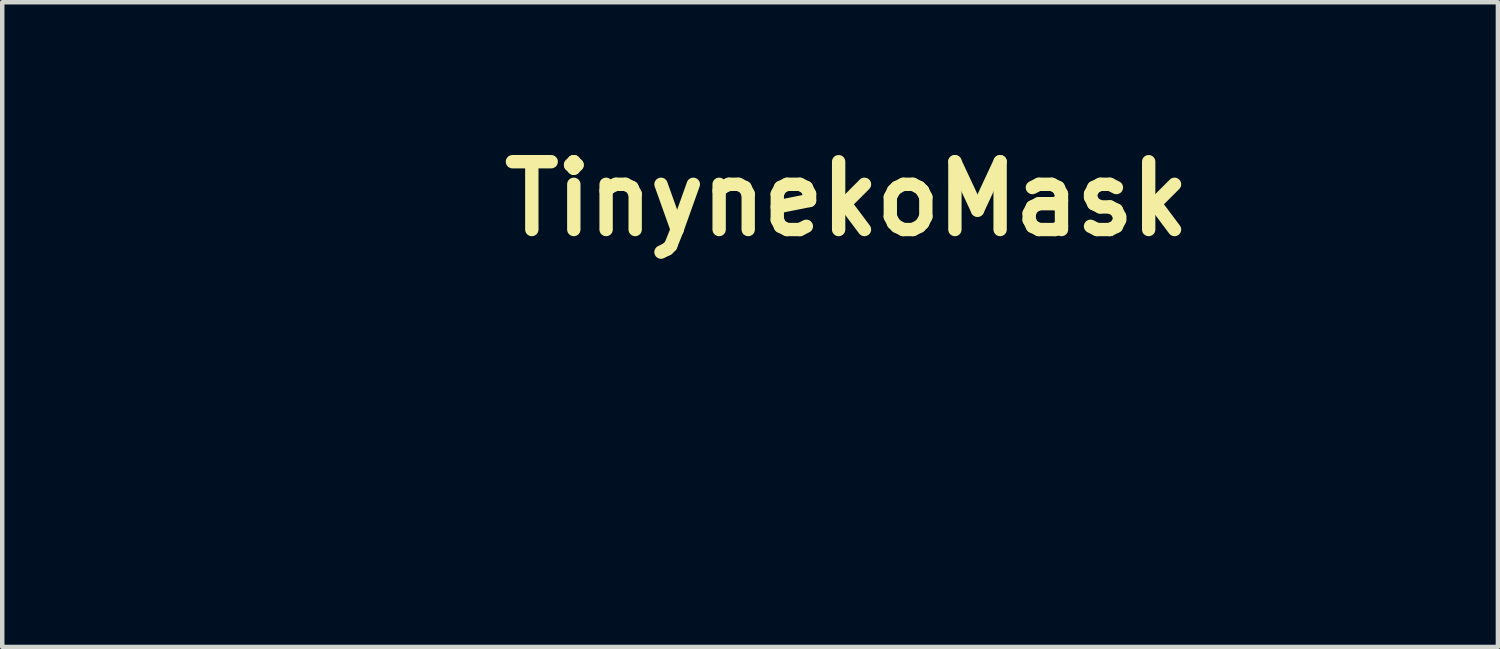
<source format=kicad_pcb>
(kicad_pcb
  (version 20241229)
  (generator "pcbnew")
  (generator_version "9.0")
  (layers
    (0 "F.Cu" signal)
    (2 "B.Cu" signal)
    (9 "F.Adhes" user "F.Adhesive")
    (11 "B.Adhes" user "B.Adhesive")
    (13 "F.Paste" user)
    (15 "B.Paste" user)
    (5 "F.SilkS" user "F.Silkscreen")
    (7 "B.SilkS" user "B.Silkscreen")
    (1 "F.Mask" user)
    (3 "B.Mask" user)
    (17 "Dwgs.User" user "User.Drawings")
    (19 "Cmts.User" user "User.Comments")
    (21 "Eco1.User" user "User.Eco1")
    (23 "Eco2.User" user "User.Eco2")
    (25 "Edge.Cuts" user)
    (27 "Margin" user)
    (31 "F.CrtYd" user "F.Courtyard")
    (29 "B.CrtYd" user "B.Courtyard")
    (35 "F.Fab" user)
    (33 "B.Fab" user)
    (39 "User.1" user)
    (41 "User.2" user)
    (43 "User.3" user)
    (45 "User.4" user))
  (footprint "TinynekoMask"
    (layer "F.Cu")
    (at 15.976 1.418)
    (property "Reference" "TinynekoMask" (at 0 0 180) (layer "F.SilkS") (effects (font (size 1.524 1.524) (thickness 0.3))))
    (attr through_hole)
    (fp_poly (pts (xy 0.822 -1.207) (xy 0.845 -1.205) (xy 0.846 -1.204) (xy 0.874 -1.196) (xy 0.902 -1.183) (xy 0.928 -1.166) (xy 0.951 -1.147) (xy 0.969 -1.126) (xy 0.977 -1.112) (xy 0.99 -1.08) (xy 0.997 -1.045) (xy 0.999 -1.009) (xy 0.997 -0.974) (xy 0.989 -0.941) (xy 0.977 -0.913) (xy 0.96 -0.889) (xy 0.938 -0.867) (xy 0.912 -0.848) (xy 0.883 -0.833) (xy 0.854 -0.822) (xy 0.852 -0.822) (xy 0.834 -0.819) (xy 0.811 -0.817) (xy 0.787 -0.817) (xy 0.766 -0.818) (xy 0.753 -0.82) (xy 0.725 -0.828) (xy 0.696 -0.841) (xy 0.67 -0.857) (xy 0.647 -0.875) (xy 0.64 -0.883) (xy 0.621 -0.91) (xy 0.607 -0.941) (xy 0.599 -0.975) (xy 0.596 -1.01) (xy 0.599 -1.045) (xy 0.607 -1.079) (xy 0.615 -1.097) (xy 0.632 -1.125) (xy 0.655 -1.15) (xy 0.682 -1.172) (xy 0.713 -1.19) (xy 0.746 -1.202) (xy 0.749 -1.203) (xy 0.771 -1.207) (xy 0.796 -1.208) (xy 0.822 -1.207)) (stroke (width 0.01) (type solid)) (fill yes) (layer "F.Mask"))
    (fp_poly (pts (xy 0.835 -0.621) (xy 0.871 -0.611) (xy 0.903 -0.596) (xy 0.931 -0.575) (xy 0.955 -0.548) (xy 0.974 -0.517) (xy 0.988 -0.481) (xy 0.997 -0.441) (xy 0.998 -0.431) (xy 0.998 -0.423) (xy 0.999 -0.409) (xy 0.999 -0.388) (xy 0.999 -0.361) (xy 1 -0.328) (xy 1 -0.291) (xy 1 -0.25) (xy 1.001 -0.205) (xy 1.001 -0.156) (xy 1.001 -0.104) (xy 1.001 -0.05) (xy 1.001 0.006) (xy 1.001 0.064) (xy 1.001 0.122) (xy 1.001 0.181) (xy 1.001 0.24) (xy 1.001 0.299) (xy 1.001 0.357) (xy 1.001 0.413) (xy 1.001 0.468) (xy 1.001 0.52) (xy 1.001 0.569) (xy 1 0.616) (xy 1 0.658) (xy 1 0.696) (xy 1 0.729) (xy 0.999 0.757) (xy 0.999 0.779) (xy 0.998 0.795) (xy 0.998 0.805) (xy 0.998 0.806) (xy 0.993 0.843) (xy 0.985 0.876) (xy 0.973 0.904) (xy 0.959 0.929) (xy 0.939 0.952) (xy 0.935 0.956) (xy 0.907 0.98) (xy 0.877 0.997) (xy 0.845 1.007) (xy 0.809 1.012) (xy 0.795 1.012) (xy 0.777 1.011) (xy 0.76 1.01) (xy 0.745 1.007) (xy 0.744 1.007) (xy 0.71 0.994) (xy 0.68 0.975) (xy 0.653 0.951) (xy 0.632 0.921) (xy 0.624 0.907) (xy 0.621 0.9) (xy 0.618 0.894) (xy 0.615 0.888) (xy 0.613 0.883) (xy 0.61 0.877) (xy 0.608 0.871) (xy 0.606 0.864) (xy 0.605 0.855) (xy 0.603 0.845) (xy 0.602 0.833) (xy 0.601 0.819) (xy 0.6 0.802) (xy 0.599 0.782) (xy 0.599 0.759) (xy 0.598 0.732) (xy 0.598 0.701) (xy 0.597 0.666) (xy 0.597 0.627) (xy 0.597 0.582) (xy 0.597 0.532) (xy 0.596 0.476) (xy 0.596 0.414) (xy 0.596 0.346) (xy 0.596 0.272) (xy 0.596 0.214) (xy 0.596 0.124) (xy 0.596 0.041) (xy 0.596 -0.034) (xy 0.596 -0.103) (xy 0.596 -0.165) (xy 0.596 -0.22) (xy 0.596 -0.269) (xy 0.596 -0.311) (xy 0.597 -0.347) (xy 0.597 -0.376) (xy 0.597 -0.399) (xy 0.598 -0.417) (xy 0.598 -0.428) (xy 0.599 -0.431) (xy 0.606 -0.474) (xy 0.619 -0.512) (xy 0.637 -0.544) (xy 0.659 -0.572) (xy 0.686 -0.593) (xy 0.717 -0.61) (xy 0.752 -0.62) (xy 0.79 -0.624) (xy 0.797 -0.624) (xy 0.835 -0.621)) (stroke (width 0.01) (type solid)) (fill yes) (layer "F.Mask"))
    (fp_poly (pts (xy -10.553 4.238) (xy -10.53 4.246) (xy -10.51 4.26) (xy -10.495 4.278) (xy -10.486 4.3) (xy -10.483 4.325) (xy -10.485 4.344) (xy -10.491 4.365) (xy -10.502 4.389) (xy -10.518 4.418) (xy -10.522 4.424) (xy -10.526 4.431) (xy -10.533 4.443) (xy -10.544 4.461) (xy -10.558 4.484) (xy -10.576 4.512) (xy -10.596 4.544) (xy -10.619 4.581) (xy -10.644 4.622) (xy -10.672 4.667) (xy -10.702 4.715) (xy -10.734 4.767) (xy -10.767 4.821) (xy -10.803 4.879) (xy -10.84 4.938) (xy -10.878 5) (xy -10.918 5.063) (xy -10.958 5.129) (xy -10.999 5.195) (xy -11.041 5.262) (xy -11.083 5.33) (xy -11.126 5.399) (xy -11.168 5.468) (xy -11.211 5.536) (xy -11.253 5.604) (xy -11.295 5.672) (xy -11.336 5.738) (xy -11.377 5.803) (xy -11.416 5.867) (xy -11.455 5.929) (xy -11.492 5.989) (xy -11.528 6.046) (xy -11.562 6.101) (xy -11.594 6.153) (xy -11.624 6.202) (xy -11.652 6.247) (xy -11.678 6.288) (xy -11.701 6.325) (xy -11.721 6.358) (xy -11.739 6.387) (xy -11.754 6.41) (xy -11.765 6.429) (xy -11.773 6.441) (xy -11.778 6.448) (xy -11.778 6.45) (xy -11.792 6.467) (xy -11.808 6.483) (xy -11.824 6.496) (xy -11.835 6.502) (xy -11.852 6.508) (xy -11.873 6.51) (xy -11.893 6.508) (xy -11.911 6.503) (xy -11.936 6.488) (xy -11.955 6.47) (xy -11.968 6.45) (xy -11.973 6.428) (xy -11.973 6.412) (xy -11.97 6.395) (xy -11.964 6.378) (xy -11.962 6.373) (xy -11.959 6.368) (xy -11.953 6.358) (xy -11.943 6.342) (xy -11.93 6.32) (xy -11.914 6.294) (xy -11.895 6.262) (xy -11.873 6.227) (xy -11.848 6.187) (xy -11.821 6.143) (xy -11.792 6.095) (xy -11.76 6.044) (xy -11.727 5.99) (xy -11.692 5.933) (xy -11.655 5.874) (xy -11.617 5.812) (xy -11.577 5.748) (xy -11.537 5.683) (xy -11.496 5.616) (xy -11.453 5.548) (xy -11.411 5.479) (xy -11.368 5.41) (xy -11.325 5.34) (xy -11.282 5.27) (xy -11.239 5.201) (xy -11.196 5.132) (xy -11.154 5.063) (xy -11.112 4.996) (xy -11.071 4.93) (xy -11.031 4.866) (xy -10.993 4.804) (xy -10.956 4.744) (xy -10.92 4.687) (xy -10.886 4.632) (xy -10.854 4.58) (xy -10.824 4.532) (xy -10.796 4.487) (xy -10.77 4.446) (xy -10.747 4.409) (xy -10.727 4.377) (xy -10.71 4.349) (xy -10.696 4.326) (xy -10.685 4.309) (xy -10.677 4.297) (xy -10.673 4.291) (xy -10.673 4.29) (xy -10.655 4.267) (xy -10.637 4.251) (xy -10.618 4.241) (xy -10.597 4.236) (xy -10.58 4.235) (xy -10.553 4.238)) (stroke (width 0.01) (type solid)) (fill yes) (layer "F.Mask"))
    (fp_poly (pts (xy 1.751 4.832) (xy 1.784 4.84) (xy 1.813 4.854) (xy 1.838 4.873) (xy 1.859 4.898) (xy 1.876 4.929) (xy 1.889 4.966) (xy 1.898 5.009) (xy 1.902 5.036) (xy 1.906 5.076) (xy 1.936 5.03) (xy 1.968 4.986) (xy 1.998 4.948) (xy 2.027 4.916) (xy 2.057 4.89) (xy 2.088 4.869) (xy 2.12 4.853) (xy 2.154 4.842) (xy 2.192 4.835) (xy 2.232 4.831) (xy 2.241 4.831) (xy 2.3 4.832) (xy 2.356 4.84) (xy 2.411 4.854) (xy 2.462 4.873) (xy 2.505 4.895) (xy 2.542 4.919) (xy 2.572 4.945) (xy 2.595 4.973) (xy 2.611 5.002) (xy 2.62 5.034) (xy 2.622 5.068) (xy 2.621 5.088) (xy 2.612 5.121) (xy 2.597 5.152) (xy 2.576 5.179) (xy 2.55 5.202) (xy 2.522 5.219) (xy 2.51 5.225) (xy 2.499 5.228) (xy 2.489 5.23) (xy 2.474 5.23) (xy 2.466 5.23) (xy 2.453 5.23) (xy 2.442 5.229) (xy 2.431 5.228) (xy 2.417 5.225) (xy 2.401 5.22) (xy 2.38 5.214) (xy 2.365 5.21) (xy 2.322 5.198) (xy 2.285 5.188) (xy 2.252 5.182) (xy 2.222 5.179) (xy 2.195 5.179) (xy 2.168 5.181) (xy 2.154 5.183) (xy 2.117 5.193) (xy 2.083 5.21) (xy 2.052 5.233) (xy 2.025 5.262) (xy 2.001 5.298) (xy 1.994 5.312) (xy 1.985 5.331) (xy 1.976 5.356) (xy 1.967 5.385) (xy 1.958 5.415) (xy 1.951 5.445) (xy 1.947 5.463) (xy 1.942 5.489) (xy 1.938 5.516) (xy 1.934 5.543) (xy 1.931 5.572) (xy 1.928 5.603) (xy 1.926 5.636) (xy 1.924 5.673) (xy 1.923 5.714) (xy 1.921 5.759) (xy 1.921 5.808) (xy 1.92 5.864) (xy 1.92 5.925) (xy 1.92 5.993) (xy 1.92 5.996) (xy 1.919 6.049) (xy 1.919 6.097) (xy 1.919 6.14) (xy 1.919 6.178) (xy 1.918 6.21) (xy 1.917 6.236) (xy 1.917 6.256) (xy 1.916 6.269) (xy 1.916 6.272) (xy 1.908 6.314) (xy 1.894 6.351) (xy 1.876 6.384) (xy 1.854 6.412) (xy 1.827 6.434) (xy 1.795 6.451) (xy 1.761 6.462) (xy 1.741 6.465) (xy 1.717 6.466) (xy 1.694 6.465) (xy 1.672 6.463) (xy 1.662 6.46) (xy 1.628 6.448) (xy 1.598 6.429) (xy 1.572 6.404) (xy 1.55 6.374) (xy 1.533 6.339) (xy 1.523 6.31) (xy 1.515 6.279) (xy 1.514 5.69) (xy 1.514 5.601) (xy 1.514 5.519) (xy 1.514 5.444) (xy 1.514 5.376) (xy 1.514 5.315) (xy 1.514 5.26) (xy 1.514 5.212) (xy 1.514 5.171) (xy 1.515 5.135) (xy 1.515 5.106) (xy 1.515 5.083) (xy 1.516 5.066) (xy 1.517 5.055) (xy 1.517 5.054) (xy 1.523 5.005) (xy 1.533 4.963) (xy 1.547 4.926) (xy 1.565 4.896) (xy 1.587 4.871) (xy 1.613 4.853) (xy 1.644 4.839) (xy 1.678 4.832) (xy 1.713 4.83) (xy 1.751 4.832)) (stroke (width 0.01) (type solid)) (fill yes) (layer "F.Mask"))
    (fp_poly (pts (xy -10.415 5.326) (xy -10.357 5.335) (xy -10.303 5.349) (xy -10.253 5.369) (xy -10.208 5.395) (xy -10.206 5.396) (xy -10.186 5.412) (xy -10.163 5.431) (xy -10.141 5.454) (xy -10.121 5.476) (xy -10.105 5.496) (xy -10.088 5.524) (xy -10.071 5.557) (xy -10.056 5.591) (xy -10.043 5.625) (xy -10.041 5.634) (xy -10.028 5.685) (xy -10.019 5.741) (xy -10.012 5.801) (xy -10.01 5.862) (xy -10.01 5.924) (xy -10.014 5.984) (xy -10.02 6.042) (xy -10.031 6.096) (xy -10.039 6.127) (xy -10.055 6.175) (xy -10.073 6.218) (xy -10.094 6.256) (xy -10.12 6.291) (xy -10.15 6.323) (xy -10.156 6.329) (xy -10.194 6.362) (xy -10.235 6.388) (xy -10.279 6.41) (xy -10.327 6.426) (xy -10.38 6.437) (xy -10.39 6.439) (xy -10.419 6.442) (xy -10.453 6.444) (xy -10.488 6.444) (xy -10.521 6.442) (xy -10.551 6.439) (xy -10.557 6.439) (xy -10.599 6.43) (xy -10.641 6.417) (xy -10.683 6.4) (xy -10.721 6.38) (xy -10.754 6.359) (xy -10.756 6.358) (xy -10.788 6.329) (xy -10.819 6.295) (xy -10.848 6.257) (xy -10.873 6.216) (xy -10.878 6.205) (xy -10.897 6.161) (xy -10.913 6.111) (xy -10.925 6.056) (xy -10.933 5.997) (xy -10.938 5.935) (xy -10.938 5.87) (xy -10.938 5.868) (xy -10.662 5.868) (xy -10.661 5.926) (xy -10.659 5.98) (xy -10.654 6.03) (xy -10.647 6.076) (xy -10.638 6.116) (xy -10.628 6.15) (xy -10.615 6.178) (xy -10.613 6.182) (xy -10.594 6.208) (xy -10.571 6.229) (xy -10.543 6.245) (xy -10.512 6.255) (xy -10.478 6.259) (xy -10.443 6.256) (xy -10.432 6.254) (xy -10.405 6.247) (xy -10.383 6.236) (xy -10.364 6.22) (xy -10.36 6.216) (xy -10.344 6.198) (xy -10.332 6.177) (xy -10.321 6.152) (xy -10.315 6.131) (xy -10.305 6.095) (xy -10.298 6.057) (xy -10.293 6.016) (xy -10.289 5.97) (xy -10.288 5.92) (xy -10.288 5.864) (xy -10.288 5.844) (xy -10.29 5.787) (xy -10.294 5.738) (xy -10.3 5.694) (xy -10.307 5.656) (xy -10.317 5.623) (xy -10.328 5.595) (xy -10.343 5.571) (xy -10.357 5.553) (xy -10.378 5.535) (xy -10.403 5.522) (xy -10.432 5.513) (xy -10.463 5.509) (xy -10.494 5.51) (xy -10.524 5.515) (xy -10.552 5.526) (xy -10.577 5.541) (xy -10.579 5.543) (xy -10.599 5.562) (xy -10.615 5.587) (xy -10.629 5.617) (xy -10.641 5.653) (xy -10.649 5.696) (xy -10.656 5.744) (xy -10.66 5.799) (xy -10.66 5.808) (xy -10.662 5.868) (xy -10.938 5.868) (xy -10.937 5.834) (xy -10.932 5.771) (xy -10.924 5.715) (xy -10.914 5.663) (xy -10.902 5.616) (xy -10.886 5.573) (xy -10.868 5.532) (xy -10.867 5.532) (xy -10.841 5.487) (xy -10.811 5.447) (xy -10.776 5.413) (xy -10.737 5.385) (xy -10.694 5.362) (xy -10.646 5.345) (xy -10.593 5.332) (xy -10.535 5.325) (xy -10.478 5.323) (xy -10.415 5.326)) (stroke (width 0.01) (type solid)) (fill yes) (layer "F.Mask"))
    (fp_poly (pts (xy -11.95 4.254) (xy -11.896 4.259) (xy -11.846 4.269) (xy -11.8 4.283) (xy -11.757 4.303) (xy -11.721 4.324) (xy -11.681 4.355) (xy -11.645 4.392) (xy -11.613 4.434) (xy -11.586 4.481) (xy -11.564 4.534) (xy -11.546 4.593) (xy -11.532 4.657) (xy -11.527 4.688) (xy -11.526 4.705) (xy -11.524 4.727) (xy -11.523 4.754) (xy -11.523 4.784) (xy -11.523 4.815) (xy -11.523 4.847) (xy -11.523 4.877) (xy -11.524 4.904) (xy -11.525 4.928) (xy -11.527 4.946) (xy -11.527 4.951) (xy -11.538 5.011) (xy -11.551 5.065) (xy -11.567 5.113) (xy -11.578 5.14) (xy -11.604 5.187) (xy -11.635 5.23) (xy -11.672 5.268) (xy -11.713 5.3) (xy -11.759 5.328) (xy -11.808 5.35) (xy -11.861 5.365) (xy -11.867 5.367) (xy -11.89 5.371) (xy -11.918 5.373) (xy -11.949 5.375) (xy -11.981 5.376) (xy -12.013 5.376) (xy -12.041 5.375) (xy -12.065 5.373) (xy -12.069 5.372) (xy -12.126 5.36) (xy -12.179 5.341) (xy -12.227 5.317) (xy -12.27 5.288) (xy -12.309 5.253) (xy -12.343 5.212) (xy -12.372 5.166) (xy -12.397 5.114) (xy -12.417 5.057) (xy -12.419 5.053) (xy -12.426 5.027) (xy -12.432 5.002) (xy -12.436 4.979) (xy -12.439 4.954) (xy -12.442 4.928) (xy -12.443 4.897) (xy -12.444 4.862) (xy -12.444 4.83) (xy -12.444 4.815) (xy -12.17 4.815) (xy -12.169 4.867) (xy -12.167 4.917) (xy -12.163 4.964) (xy -12.158 5.005) (xy -12.157 5.006) (xy -12.148 5.05) (xy -12.135 5.089) (xy -12.119 5.121) (xy -12.1 5.147) (xy -12.077 5.167) (xy -12.064 5.175) (xy -12.039 5.185) (xy -12.01 5.19) (xy -11.979 5.192) (xy -11.948 5.189) (xy -11.947 5.189) (xy -11.92 5.181) (xy -11.896 5.17) (xy -11.875 5.154) (xy -11.857 5.134) (xy -11.842 5.108) (xy -11.829 5.077) (xy -11.818 5.041) (xy -11.81 4.999) (xy -11.804 4.951) (xy -11.801 4.896) (xy -11.799 4.835) (xy -11.799 4.81) (xy -11.8 4.752) (xy -11.802 4.701) (xy -11.806 4.655) (xy -11.812 4.615) (xy -11.82 4.581) (xy -11.829 4.55) (xy -11.838 4.529) (xy -11.856 4.5) (xy -11.878 4.475) (xy -11.904 4.457) (xy -11.934 4.445) (xy -11.967 4.439) (xy -12.002 4.439) (xy -12.011 4.441) (xy -12.043 4.448) (xy -12.071 4.461) (xy -12.095 4.479) (xy -12.116 4.504) (xy -12.132 4.534) (xy -12.146 4.57) (xy -12.155 4.612) (xy -12.158 4.624) (xy -12.163 4.666) (xy -12.167 4.713) (xy -12.169 4.763) (xy -12.17 4.815) (xy -12.444 4.815) (xy -12.444 4.776) (xy -12.442 4.729) (xy -12.439 4.686) (xy -12.434 4.647) (xy -12.428 4.611) (xy -12.419 4.575) (xy -12.409 4.54) (xy -12.407 4.534) (xy -12.387 4.481) (xy -12.362 4.433) (xy -12.333 4.392) (xy -12.299 4.355) (xy -12.261 4.325) (xy -12.217 4.299) (xy -12.169 4.279) (xy -12.161 4.276) (xy -12.133 4.268) (xy -12.104 4.262) (xy -12.072 4.258) (xy -12.037 4.255) (xy -12.009 4.254) (xy -11.95 4.254)) (stroke (width 0.01) (type solid)) (fill yes) (layer "F.Mask"))
    (fp_poly (pts (xy -1.352 4.832) (xy -1.319 4.833) (xy -1.29 4.835) (xy -1.266 4.838) (xy -1.263 4.838) (xy -1.185 4.853) (xy -1.111 4.874) (xy -1.042 4.901) (xy -0.977 4.933) (xy -0.915 4.971) (xy -0.906 4.977) (xy -0.873 5.003) (xy -0.839 5.034) (xy -0.806 5.068) (xy -0.773 5.105) (xy -0.744 5.142) (xy -0.73 5.162) (xy -0.702 5.209) (xy -0.676 5.261) (xy -0.653 5.318) (xy -0.634 5.378) (xy -0.619 5.44) (xy -0.607 5.502) (xy -0.607 5.503) (xy -0.604 5.528) (xy -0.602 5.559) (xy -0.601 5.593) (xy -0.6 5.63) (xy -0.6 5.668) (xy -0.601 5.704) (xy -0.602 5.738) (xy -0.605 5.768) (xy -0.607 5.789) (xy -0.622 5.868) (xy -0.642 5.942) (xy -0.668 6.013) (xy -0.7 6.079) (xy -0.736 6.14) (xy -0.778 6.197) (xy -0.825 6.249) (xy -0.877 6.296) (xy -0.934 6.337) (xy -0.996 6.374) (xy -1.038 6.394) (xy -1.088 6.415) (xy -1.139 6.431) (xy -1.192 6.445) (xy -1.249 6.456) (xy -1.261 6.458) (xy -1.278 6.459) (xy -1.3 6.461) (xy -1.327 6.462) (xy -1.356 6.464) (xy -1.387 6.464) (xy -1.417 6.465) (xy -1.446 6.465) (xy -1.472 6.464) (xy -1.493 6.463) (xy -1.504 6.462) (xy -1.582 6.451) (xy -1.655 6.433) (xy -1.724 6.411) (xy -1.789 6.382) (xy -1.851 6.347) (xy -1.909 6.306) (xy -1.933 6.287) (xy -1.985 6.239) (xy -2.032 6.185) (xy -2.074 6.127) (xy -2.11 6.065) (xy -2.14 5.998) (xy -2.165 5.928) (xy -2.184 5.853) (xy -2.194 5.793) (xy -2.197 5.769) (xy -2.199 5.739) (xy -2.2 5.705) (xy -2.201 5.669) (xy -2.201 5.647) (xy -1.796 5.647) (xy -1.794 5.71) (xy -1.789 5.767) (xy -1.781 5.819) (xy -1.768 5.869) (xy -1.752 5.915) (xy -1.731 5.961) (xy -1.728 5.966) (xy -1.701 6.011) (xy -1.669 6.051) (xy -1.633 6.086) (xy -1.593 6.114) (xy -1.55 6.136) (xy -1.503 6.152) (xy -1.453 6.161) (xy -1.401 6.164) (xy -1.352 6.161) (xy -1.3 6.151) (xy -1.253 6.135) (xy -1.209 6.113) (xy -1.169 6.085) (xy -1.133 6.05) (xy -1.1 6.01) (xy -1.072 5.963) (xy -1.068 5.956) (xy -1.048 5.913) (xy -1.032 5.868) (xy -1.02 5.82) (xy -1.012 5.768) (xy -1.007 5.712) (xy -1.005 5.65) (xy -1.005 5.646) (xy -1.006 5.603) (xy -1.007 5.566) (xy -1.011 5.531) (xy -1.016 5.498) (xy -1.02 5.475) (xy -1.034 5.417) (xy -1.054 5.364) (xy -1.078 5.315) (xy -1.107 5.272) (xy -1.141 5.233) (xy -1.178 5.2) (xy -1.219 5.173) (xy -1.233 5.166) (xy -1.274 5.149) (xy -1.32 5.137) (xy -1.367 5.13) (xy -1.416 5.128) (xy -1.464 5.133) (xy -1.509 5.142) (xy -1.555 5.158) (xy -1.597 5.18) (xy -1.636 5.209) (xy -1.671 5.243) (xy -1.702 5.283) (xy -1.728 5.326) (xy -1.749 5.371) (xy -1.766 5.416) (xy -1.779 5.464) (xy -1.788 5.514) (xy -1.794 5.569) (xy -1.796 5.628) (xy -1.796 5.647) (xy -2.201 5.647) (xy -2.201 5.633) (xy -2.201 5.597) (xy -2.199 5.563) (xy -2.198 5.533) (xy -2.195 5.508) (xy -2.194 5.501) (xy -2.181 5.433) (xy -2.165 5.369) (xy -2.146 5.31) (xy -2.122 5.254) (xy -2.116 5.241) (xy -2.087 5.187) (xy -2.057 5.139) (xy -2.023 5.095) (xy -1.985 5.053) (xy -1.965 5.034) (xy -1.913 4.989) (xy -1.856 4.949) (xy -1.794 4.915) (xy -1.728 4.886) (xy -1.657 4.863) (xy -1.582 4.845) (xy -1.542 4.838) (xy -1.519 4.835) (xy -1.491 4.833) (xy -1.459 4.832) (xy -1.424 4.831) (xy -1.388 4.831) (xy -1.352 4.832)) (stroke (width 0.01) (type solid)) (fill yes) (layer "F.Mask"))
    (fp_poly (pts (xy 10.876 -0.622) (xy 10.909 -0.621) (xy 10.938 -0.619) (xy 10.962 -0.616) (xy 10.966 -0.616) (xy 11.044 -0.601) (xy 11.117 -0.58) (xy 11.187 -0.553) (xy 11.252 -0.521) (xy 11.313 -0.483) (xy 11.322 -0.476) (xy 11.355 -0.451) (xy 11.389 -0.42) (xy 11.423 -0.385) (xy 11.455 -0.349) (xy 11.484 -0.312) (xy 11.498 -0.291) (xy 11.526 -0.245) (xy 11.552 -0.192) (xy 11.575 -0.135) (xy 11.594 -0.076) (xy 11.61 -0.014) (xy 11.621 0.048) (xy 11.621 0.049) (xy 11.624 0.074) (xy 11.626 0.105) (xy 11.627 0.14) (xy 11.628 0.176) (xy 11.628 0.214) (xy 11.627 0.25) (xy 11.626 0.284) (xy 11.624 0.314) (xy 11.621 0.336) (xy 11.607 0.414) (xy 11.586 0.488) (xy 11.56 0.559) (xy 11.529 0.625) (xy 11.492 0.686) (xy 11.45 0.743) (xy 11.403 0.795) (xy 11.351 0.842) (xy 11.294 0.884) (xy 11.233 0.92) (xy 11.19 0.94) (xy 11.14 0.961) (xy 11.09 0.978) (xy 11.037 0.991) (xy 10.979 1.002) (xy 10.967 1.004) (xy 10.951 1.006) (xy 10.928 1.007) (xy 10.902 1.009) (xy 10.872 1.01) (xy 10.842 1.011) (xy 10.811 1.011) (xy 10.782 1.011) (xy 10.757 1.01) (xy 10.736 1.01) (xy 10.724 1.009) (xy 10.647 0.997) (xy 10.573 0.98) (xy 10.504 0.957) (xy 10.439 0.928) (xy 10.378 0.893) (xy 10.319 0.853) (xy 10.295 0.833) (xy 10.243 0.785) (xy 10.196 0.732) (xy 10.155 0.674) (xy 10.119 0.611) (xy 10.088 0.545) (xy 10.064 0.474) (xy 10.045 0.4) (xy 10.034 0.339) (xy 10.032 0.315) (xy 10.03 0.285) (xy 10.028 0.252) (xy 10.027 0.216) (xy 10.027 0.193) (xy 10.432 0.193) (xy 10.434 0.256) (xy 10.439 0.313) (xy 10.448 0.366) (xy 10.46 0.415) (xy 10.477 0.462) (xy 10.497 0.507) (xy 10.5 0.512) (xy 10.527 0.558) (xy 10.559 0.598) (xy 10.595 0.632) (xy 10.635 0.66) (xy 10.679 0.682) (xy 10.725 0.698) (xy 10.775 0.708) (xy 10.827 0.71) (xy 10.877 0.707) (xy 10.928 0.698) (xy 10.975 0.682) (xy 11.019 0.659) (xy 11.059 0.631) (xy 11.096 0.597) (xy 11.128 0.556) (xy 11.157 0.51) (xy 11.161 0.502) (xy 11.18 0.459) (xy 11.196 0.414) (xy 11.208 0.366) (xy 11.216 0.314) (xy 11.221 0.258) (xy 11.223 0.196) (xy 11.223 0.192) (xy 11.223 0.15) (xy 11.221 0.112) (xy 11.218 0.077) (xy 11.213 0.044) (xy 11.208 0.021) (xy 11.194 -0.036) (xy 11.174 -0.09) (xy 11.15 -0.138) (xy 11.121 -0.182) (xy 11.088 -0.221) (xy 11.05 -0.254) (xy 11.009 -0.281) (xy 10.996 -0.288) (xy 10.954 -0.305) (xy 10.909 -0.317) (xy 10.861 -0.324) (xy 10.812 -0.325) (xy 10.764 -0.321) (xy 10.719 -0.312) (xy 10.674 -0.296) (xy 10.631 -0.273) (xy 10.592 -0.245) (xy 10.557 -0.211) (xy 10.526 -0.171) (xy 10.5 -0.128) (xy 10.479 -0.083) (xy 10.462 -0.037) (xy 10.449 0.01) (xy 10.44 0.06) (xy 10.435 0.115) (xy 10.432 0.174) (xy 10.432 0.193) (xy 10.027 0.193) (xy 10.027 0.179) (xy 10.028 0.143) (xy 10.029 0.109) (xy 10.031 0.079) (xy 10.033 0.054) (xy 10.034 0.047) (xy 10.047 -0.021) (xy 10.063 -0.084) (xy 10.083 -0.143) (xy 10.106 -0.2) (xy 10.113 -0.213) (xy 10.141 -0.267) (xy 10.172 -0.315) (xy 10.205 -0.359) (xy 10.244 -0.401) (xy 10.263 -0.42) (xy 10.316 -0.465) (xy 10.373 -0.505) (xy 10.434 -0.539) (xy 10.5 -0.568) (xy 10.571 -0.591) (xy 10.646 -0.609) (xy 10.686 -0.616) (xy 10.709 -0.618) (xy 10.737 -0.62) (xy 10.77 -0.622) (xy 10.805 -0.622) (xy 10.841 -0.623) (xy 10.876 -0.622)) (stroke (width 0.01) (type solid)) (fill yes) (layer "F.Mask"))
    (fp_poly (pts (xy -0.182 -1.171) (xy -0.166 -1.168) (xy -0.136 -1.159) (xy -0.107 -1.143) (xy -0.079 -1.124) (xy -0.056 -1.101) (xy -0.037 -1.076) (xy -0.03 -1.063) (xy -0.025 -1.051) (xy -0.02 -1.038) (xy -0.016 -1.024) (xy -0.013 -1.007) (xy -0.01 -0.989) (xy -0.008 -0.967) (xy -0.007 -0.941) (xy -0.005 -0.911) (xy -0.005 -0.875) (xy -0.004 -0.834) (xy -0.004 -0.787) (xy -0.004 -0.752) (xy -0.004 -0.591) (xy 0.086 -0.591) (xy 0.121 -0.591) (xy 0.149 -0.591) (xy 0.172 -0.589) (xy 0.192 -0.587) (xy 0.208 -0.584) (xy 0.221 -0.581) (xy 0.234 -0.575) (xy 0.247 -0.569) (xy 0.272 -0.552) (xy 0.292 -0.53) (xy 0.307 -0.504) (xy 0.316 -0.475) (xy 0.319 -0.444) (xy 0.316 -0.417) (xy 0.308 -0.391) (xy 0.296 -0.369) (xy 0.279 -0.35) (xy 0.257 -0.335) (xy 0.229 -0.322) (xy 0.195 -0.313) (xy 0.156 -0.306) (xy 0.11 -0.302) (xy 0.057 -0.301) (xy -0.004 -0.301) (xy -0.003 0.137) (xy -0.002 0.204) (xy -0.002 0.265) (xy -0.002 0.319) (xy -0.002 0.367) (xy -0.002 0.41) (xy -0.001 0.447) (xy -0.001 0.479) (xy -0.000455 0.507) (xy 0.000115 0.531) (xy 0.001 0.551) (xy 0.002 0.567) (xy 0.003 0.581) (xy 0.004 0.593) (xy 0.005 0.602) (xy 0.007 0.61) (xy 0.008 0.617) (xy 0.01 0.622) (xy 0.013 0.628) (xy 0.015 0.633) (xy 0.018 0.638) (xy 0.018 0.638) (xy 0.032 0.661) (xy 0.05 0.678) (xy 0.071 0.689) (xy 0.098 0.697) (xy 0.098 0.697) (xy 0.115 0.699) (xy 0.133 0.699) (xy 0.155 0.698) (xy 0.181 0.695) (xy 0.212 0.69) (xy 0.227 0.687) (xy 0.262 0.681) (xy 0.293 0.678) (xy 0.314 0.677) (xy 0.332 0.677) (xy 0.345 0.678) (xy 0.355 0.68) (xy 0.364 0.684) (xy 0.37 0.686) (xy 0.396 0.702) (xy 0.417 0.723) (xy 0.433 0.748) (xy 0.444 0.775) (xy 0.449 0.805) (xy 0.447 0.835) (xy 0.438 0.867) (xy 0.422 0.896) (xy 0.4 0.922) (xy 0.371 0.944) (xy 0.336 0.964) (xy 0.294 0.98) (xy 0.246 0.993) (xy 0.192 1.003) (xy 0.143 1.009) (xy 0.122 1.01) (xy 0.096 1.011) (xy 0.067 1.012) (xy 0.036 1.012) (xy 0.006 1.011) (xy -0.022 1.011) (xy -0.046 1.01) (xy -0.06 1.008) (xy -0.115 1) (xy -0.165 0.988) (xy -0.209 0.971) (xy -0.25 0.949) (xy -0.272 0.933) (xy -0.302 0.907) (xy -0.328 0.877) (xy -0.349 0.843) (xy -0.367 0.803) (xy -0.381 0.759) (xy -0.392 0.709) (xy -0.393 0.697) (xy -0.395 0.684) (xy -0.397 0.671) (xy -0.399 0.658) (xy -0.4 0.645) (xy -0.402 0.632) (xy -0.403 0.617) (xy -0.404 0.6) (xy -0.405 0.581) (xy -0.405 0.56) (xy -0.406 0.535) (xy -0.406 0.507) (xy -0.407 0.476) (xy -0.407 0.439) (xy -0.408 0.398) (xy -0.408 0.352) (xy -0.408 0.3) (xy -0.409 0.242) (xy -0.409 0.178) (xy -0.409 0.141) (xy -0.411 -0.301) (xy -0.453 -0.301) (xy -0.473 -0.302) (xy -0.493 -0.303) (xy -0.511 -0.305) (xy -0.52 -0.307) (xy -0.552 -0.317) (xy -0.58 -0.332) (xy -0.604 -0.353) (xy -0.622 -0.378) (xy -0.627 -0.388) (xy -0.632 -0.398) (xy -0.634 -0.408) (xy -0.636 -0.418) (xy -0.637 -0.433) (xy -0.637 -0.446) (xy -0.637 -0.464) (xy -0.636 -0.478) (xy -0.634 -0.488) (xy -0.631 -0.497) (xy -0.627 -0.505) (xy -0.611 -0.531) (xy -0.589 -0.553) (xy -0.562 -0.569) (xy -0.53 -0.582) (xy -0.492 -0.589) (xy -0.45 -0.591) (xy -0.448 -0.591) (xy -0.41 -0.591) (xy -0.41 -0.708) (xy -0.41 -0.77) (xy -0.409 -0.826) (xy -0.408 -0.876) (xy -0.406 -0.919) (xy -0.404 -0.956) (xy -0.402 -0.986) (xy -0.399 -1.009) (xy -0.396 -1.024) (xy -0.383 -1.061) (xy -0.365 -1.093) (xy -0.341 -1.12) (xy -0.313 -1.142) (xy -0.28 -1.159) (xy -0.274 -1.161) (xy -0.254 -1.167) (xy -0.23 -1.17) (xy -0.205 -1.172) (xy -0.182 -1.171)) (stroke (width 0.01) (type solid)) (fill yes) (layer "F.Mask"))
    (fp_poly (pts (xy -13.376 4.25) (xy -13.351 4.252) (xy -13.346 4.252) (xy -13.273 4.263) (xy -13.204 4.28) (xy -13.139 4.303) (xy -13.078 4.332) (xy -13.021 4.368) (xy -12.968 4.409) (xy -12.919 4.457) (xy -12.874 4.51) (xy -12.846 4.55) (xy -12.81 4.607) (xy -12.78 4.666) (xy -12.753 4.729) (xy -12.73 4.796) (xy -12.71 4.868) (xy -12.694 4.945) (xy -12.684 5.007) (xy -12.676 5.07) (xy -12.67 5.136) (xy -12.666 5.206) (xy -12.663 5.278) (xy -12.662 5.352) (xy -12.662 5.426) (xy -12.664 5.499) (xy -12.668 5.571) (xy -12.673 5.64) (xy -12.68 5.705) (xy -12.688 5.765) (xy -12.698 5.82) (xy -12.7 5.833) (xy -12.721 5.911) (xy -12.747 5.985) (xy -12.778 6.056) (xy -12.815 6.122) (xy -12.857 6.184) (xy -12.873 6.205) (xy -12.92 6.258) (xy -12.972 6.306) (xy -13.028 6.347) (xy -13.087 6.383) (xy -13.15 6.412) (xy -13.216 6.435) (xy -13.284 6.451) (xy -13.333 6.459) (xy -13.359 6.461) (xy -13.389 6.462) (xy -13.422 6.462) (xy -13.454 6.461) (xy -13.485 6.459) (xy -13.511 6.457) (xy -13.512 6.457) (xy -13.575 6.445) (xy -13.634 6.428) (xy -13.693 6.405) (xy -13.711 6.397) (xy -13.774 6.363) (xy -13.832 6.324) (xy -13.886 6.279) (xy -13.936 6.228) (xy -13.981 6.172) (xy -14.022 6.111) (xy -14.057 6.045) (xy -14.088 5.974) (xy -14.113 5.898) (xy -14.114 5.895) (xy -14.129 5.836) (xy -14.142 5.775) (xy -14.153 5.711) (xy -14.161 5.642) (xy -14.167 5.569) (xy -14.171 5.49) (xy -14.172 5.43) (xy -14.172 5.366) (xy -13.765 5.366) (xy -13.764 5.408) (xy -13.764 5.448) (xy -13.763 5.486) (xy -13.763 5.52) (xy -13.762 5.549) (xy -13.761 5.573) (xy -13.76 5.579) (xy -13.754 5.653) (xy -13.746 5.721) (xy -13.737 5.782) (xy -13.726 5.838) (xy -13.714 5.888) (xy -13.7 5.933) (xy -13.684 5.974) (xy -13.666 6.01) (xy -13.645 6.043) (xy -13.629 6.065) (xy -13.6 6.095) (xy -13.567 6.12) (xy -13.529 6.14) (xy -13.487 6.153) (xy -13.464 6.158) (xy -13.443 6.159) (xy -13.417 6.16) (xy -13.39 6.158) (xy -13.364 6.156) (xy -13.341 6.152) (xy -13.338 6.151) (xy -13.298 6.137) (xy -13.261 6.117) (xy -13.228 6.09) (xy -13.199 6.058) (xy -13.198 6.056) (xy -13.171 6.016) (xy -13.148 5.969) (xy -13.128 5.916) (xy -13.111 5.857) (xy -13.097 5.791) (xy -13.09 5.749) (xy -13.083 5.692) (xy -13.077 5.628) (xy -13.073 5.56) (xy -13.07 5.489) (xy -13.068 5.415) (xy -13.067 5.34) (xy -13.068 5.266) (xy -13.07 5.193) (xy -13.073 5.123) (xy -13.078 5.057) (xy -13.083 5.009) (xy -13.093 4.938) (xy -13.105 4.873) (xy -13.12 4.814) (xy -13.137 4.762) (xy -13.157 4.716) (xy -13.18 4.676) (xy -13.206 4.642) (xy -13.235 4.613) (xy -13.268 4.59) (xy -13.303 4.572) (xy -13.337 4.561) (xy -13.361 4.556) (xy -13.39 4.553) (xy -13.421 4.552) (xy -13.452 4.553) (xy -13.48 4.556) (xy -13.5 4.561) (xy -13.534 4.572) (xy -13.566 4.588) (xy -13.595 4.608) (xy -13.621 4.632) (xy -13.645 4.661) (xy -13.666 4.695) (xy -13.685 4.734) (xy -13.702 4.779) (xy -13.717 4.829) (xy -13.729 4.886) (xy -13.74 4.948) (xy -13.75 5.017) (xy -13.757 5.093) (xy -13.76 5.127) (xy -13.761 5.148) (xy -13.762 5.175) (xy -13.763 5.208) (xy -13.764 5.244) (xy -13.764 5.283) (xy -13.765 5.324) (xy -13.765 5.366) (xy -14.172 5.366) (xy -14.172 5.321) (xy -14.17 5.217) (xy -14.164 5.119) (xy -14.154 5.027) (xy -14.142 4.94) (xy -14.127 4.86) (xy -14.108 4.785) (xy -14.087 4.717) (xy -14.063 4.655) (xy -14.052 4.632) (xy -14.017 4.567) (xy -13.977 4.509) (xy -13.933 4.456) (xy -13.885 4.409) (xy -13.833 4.368) (xy -13.776 4.333) (xy -13.716 4.303) (xy -13.651 4.28) (xy -13.582 4.263) (xy -13.556 4.258) (xy -13.533 4.255) (xy -13.504 4.253) (xy -13.472 4.251) (xy -13.439 4.25) (xy -13.406 4.25) (xy -13.376 4.25)) (stroke (width 0.01) (type solid)) (fill yes) (layer "F.Mask"))
    (fp_poly (pts (xy 6.087 4.267) (xy 6.145 4.267) (xy 6.197 4.268) (xy 6.243 4.268) (xy 6.285 4.268) (xy 6.321 4.269) (xy 6.354 4.269) (xy 6.382 4.27) (xy 6.408 4.271) (xy 6.431 4.272) (xy 6.452 4.273) (xy 6.471 4.274) (xy 6.489 4.276) (xy 6.507 4.278) (xy 6.525 4.28) (xy 6.528 4.28) (xy 6.597 4.291) (xy 6.662 4.306) (xy 6.721 4.326) (xy 6.775 4.35) (xy 6.825 4.38) (xy 6.872 4.414) (xy 6.916 4.454) (xy 6.923 4.462) (xy 6.963 4.509) (xy 6.998 4.561) (xy 7.027 4.618) (xy 7.05 4.678) (xy 7.068 4.742) (xy 7.08 4.81) (xy 7.085 4.881) (xy 7.085 4.949) (xy 7.08 5.02) (xy 7.071 5.086) (xy 7.056 5.147) (xy 7.037 5.204) (xy 7.013 5.256) (xy 6.983 5.305) (xy 6.948 5.351) (xy 6.916 5.385) (xy 6.875 5.422) (xy 6.831 5.455) (xy 6.783 5.485) (xy 6.731 5.51) (xy 6.674 5.532) (xy 6.612 5.55) (xy 6.545 5.565) (xy 6.471 5.577) (xy 6.455 5.579) (xy 6.445 5.581) (xy 6.434 5.582) (xy 6.42 5.583) (xy 6.404 5.583) (xy 6.385 5.584) (xy 6.363 5.585) (xy 6.336 5.585) (xy 6.305 5.586) (xy 6.268 5.586) (xy 6.226 5.586) (xy 6.177 5.587) (xy 6.142 5.587) (xy 5.875 5.589) (xy 5.874 5.928) (xy 5.874 5.986) (xy 5.873 6.036) (xy 5.873 6.08) (xy 5.873 6.119) (xy 5.873 6.152) (xy 5.873 6.18) (xy 5.872 6.203) (xy 5.872 6.223) (xy 5.872 6.239) (xy 5.871 6.252) (xy 5.87 6.263) (xy 5.87 6.271) (xy 5.869 6.278) (xy 5.868 6.284) (xy 5.867 6.289) (xy 5.866 6.294) (xy 5.865 6.297) (xy 5.851 6.337) (xy 5.832 6.372) (xy 5.809 6.402) (xy 5.782 6.427) (xy 5.762 6.44) (xy 5.733 6.453) (xy 5.7 6.461) (xy 5.664 6.466) (xy 5.629 6.465) (xy 5.6 6.461) (xy 5.585 6.456) (xy 5.567 6.45) (xy 5.552 6.442) (xy 5.521 6.422) (xy 5.494 6.396) (xy 5.472 6.365) (xy 5.455 6.329) (xy 5.444 6.288) (xy 5.439 6.263) (xy 5.439 6.257) (xy 5.438 6.246) (xy 5.438 6.23) (xy 5.438 6.209) (xy 5.437 6.182) (xy 5.437 6.151) (xy 5.437 6.113) (xy 5.437 6.07) (xy 5.436 6.021) (xy 5.436 5.966) (xy 5.436 5.905) (xy 5.436 5.838) (xy 5.436 5.764) (xy 5.436 5.683) (xy 5.436 5.596) (xy 5.436 5.502) (xy 5.436 5.401) (xy 5.436 5.347) (xy 5.436 5.259) (xy 5.875 5.259) (xy 6.073 5.257) (xy 6.12 5.256) (xy 6.16 5.256) (xy 6.194 5.255) (xy 6.223 5.255) (xy 6.247 5.254) (xy 6.267 5.253) (xy 6.283 5.252) (xy 6.297 5.251) (xy 6.309 5.25) (xy 6.314 5.249) (xy 6.364 5.241) (xy 6.409 5.23) (xy 6.448 5.218) (xy 6.483 5.203) (xy 6.513 5.185) (xy 6.542 5.163) (xy 6.561 5.146) (xy 6.577 5.129) (xy 6.588 5.115) (xy 6.598 5.101) (xy 6.606 5.085) (xy 6.607 5.084) (xy 6.617 5.061) (xy 6.625 5.041) (xy 6.631 5.021) (xy 6.635 5) (xy 6.637 4.975) (xy 6.638 4.947) (xy 6.638 4.928) (xy 6.638 4.895) (xy 6.636 4.867) (xy 6.633 4.843) (xy 6.628 4.822) (xy 6.621 4.801) (xy 6.612 4.778) (xy 6.606 4.766) (xy 6.587 4.733) (xy 6.566 4.705) (xy 6.541 4.681) (xy 6.512 4.66) (xy 6.478 4.643) (xy 6.439 4.629) (xy 6.394 4.618) (xy 6.359 4.612) (xy 6.337 4.609) (xy 6.314 4.606) (xy 6.29 4.603) (xy 6.264 4.602) (xy 6.234 4.6) (xy 6.201 4.599) (xy 6.164 4.598) (xy 6.121 4.598) (xy 6.072 4.597) (xy 6.042 4.597) (xy 5.875 4.597) (xy 5.875 5.259) (xy 5.436 5.259) (xy 5.437 4.461) (xy 5.446 4.432) (xy 5.459 4.394) (xy 5.476 4.361) (xy 5.498 4.334) (xy 5.525 4.312) (xy 5.556 4.294) (xy 5.593 4.281) (xy 5.635 4.272) (xy 5.642 4.272) (xy 5.651 4.271) (xy 5.662 4.27) (xy 5.676 4.269) (xy 5.693 4.269) (xy 5.713 4.269) (xy 5.737 4.268) (xy 5.766 4.268) (xy 5.8 4.268) (xy 5.839 4.267) (xy 5.884 4.267) (xy 5.934 4.267) (xy 5.992 4.267) (xy 6.022 4.267) (xy 6.087 4.267)) (stroke (width 0.01) (type solid)) (fill yes) (layer "F.Mask"))
    (fp_poly (pts (xy 8.414 4.232) (xy 8.454 4.233) (xy 8.494 4.235) (xy 8.531 4.238) (xy 8.562 4.241) (xy 8.565 4.242) (xy 8.644 4.256) (xy 8.718 4.276) (xy 8.789 4.301) (xy 8.859 4.332) (xy 8.861 4.333) (xy 8.933 4.372) (xy 8.998 4.414) (xy 9.057 4.46) (xy 9.111 4.51) (xy 9.158 4.563) (xy 9.2 4.621) (xy 9.213 4.641) (xy 9.239 4.687) (xy 9.259 4.734) (xy 9.275 4.779) (xy 9.286 4.823) (xy 9.291 4.865) (xy 9.29 4.904) (xy 9.289 4.912) (xy 9.281 4.945) (xy 9.268 4.977) (xy 9.248 5.006) (xy 9.225 5.031) (xy 9.198 5.051) (xy 9.168 5.066) (xy 9.153 5.071) (xy 9.125 5.075) (xy 9.094 5.076) (xy 9.063 5.072) (xy 9.033 5.065) (xy 9.014 5.058) (xy 8.996 5.047) (xy 8.978 5.031) (xy 8.96 5.01) (xy 8.94 4.983) (xy 8.918 4.95) (xy 8.895 4.91) (xy 8.893 4.907) (xy 8.858 4.848) (xy 8.823 4.795) (xy 8.786 4.749) (xy 8.749 4.71) (xy 8.71 4.676) (xy 8.669 4.648) (xy 8.625 4.625) (xy 8.579 4.607) (xy 8.53 4.593) (xy 8.505 4.588) (xy 8.444 4.581) (xy 8.382 4.58) (xy 8.321 4.585) (xy 8.262 4.596) (xy 8.204 4.614) (xy 8.15 4.637) (xy 8.1 4.665) (xy 8.097 4.667) (xy 8.077 4.682) (xy 8.055 4.701) (xy 8.031 4.723) (xy 8.007 4.747) (xy 7.985 4.772) (xy 7.965 4.795) (xy 7.949 4.817) (xy 7.949 4.817) (xy 7.917 4.872) (xy 7.888 4.931) (xy 7.865 4.995) (xy 7.845 5.064) (xy 7.83 5.138) (xy 7.821 5.203) (xy 7.819 5.228) (xy 7.817 5.258) (xy 7.815 5.292) (xy 7.815 5.329) (xy 7.814 5.367) (xy 7.814 5.405) (xy 7.815 5.441) (xy 7.816 5.473) (xy 7.818 5.501) (xy 7.819 5.512) (xy 7.83 5.592) (xy 7.846 5.667) (xy 7.866 5.736) (xy 7.89 5.799) (xy 7.919 5.857) (xy 7.952 5.909) (xy 7.99 5.955) (xy 8.032 5.996) (xy 8.079 6.031) (xy 8.13 6.06) (xy 8.185 6.084) (xy 8.244 6.101) (xy 8.253 6.103) (xy 8.295 6.11) (xy 8.34 6.115) (xy 8.386 6.117) (xy 8.43 6.115) (xy 8.439 6.115) (xy 8.474 6.111) (xy 8.503 6.107) (xy 8.531 6.101) (xy 8.558 6.094) (xy 8.58 6.087) (xy 8.634 6.066) (xy 8.684 6.039) (xy 8.73 6.006) (xy 8.771 5.967) (xy 8.81 5.923) (xy 8.844 5.872) (xy 8.875 5.815) (xy 8.902 5.752) (xy 8.908 5.737) (xy 8.925 5.696) (xy 8.942 5.66) (xy 8.959 5.63) (xy 8.977 5.605) (xy 8.994 5.588) (xy 8.997 5.586) (xy 9.017 5.574) (xy 9.043 5.565) (xy 9.071 5.559) (xy 9.091 5.557) (xy 9.129 5.557) (xy 9.164 5.565) (xy 9.196 5.578) (xy 9.226 5.599) (xy 9.242 5.613) (xy 9.264 5.638) (xy 9.279 5.664) (xy 9.29 5.691) (xy 9.295 5.722) (xy 9.296 5.751) (xy 9.293 5.801) (xy 9.284 5.853) (xy 9.27 5.906) (xy 9.25 5.96) (xy 9.225 6.014) (xy 9.196 6.065) (xy 9.186 6.081) (xy 9.139 6.145) (xy 9.088 6.204) (xy 9.032 6.256) (xy 8.972 6.303) (xy 8.908 6.345) (xy 8.84 6.38) (xy 8.767 6.409) (xy 8.691 6.433) (xy 8.611 6.45) (xy 8.528 6.461) (xy 8.518 6.462) (xy 8.501 6.463) (xy 8.478 6.464) (xy 8.451 6.465) (xy 8.422 6.465) (xy 8.393 6.465) (xy 8.364 6.465) (xy 8.338 6.465) (xy 8.315 6.464) (xy 8.304 6.464) (xy 8.215 6.455) (xy 8.13 6.441) (xy 8.05 6.421) (xy 7.975 6.396) (xy 7.904 6.365) (xy 7.838 6.329) (xy 7.777 6.287) (xy 7.769 6.281) (xy 7.712 6.232) (xy 7.658 6.178) (xy 7.608 6.118) (xy 7.562 6.053) (xy 7.52 5.983) (xy 7.482 5.909) (xy 7.45 5.833) (xy 7.422 5.753) (xy 7.419 5.742) (xy 7.399 5.66) (xy 7.383 5.574) (xy 7.373 5.486) (xy 7.368 5.396) (xy 7.368 5.305) (xy 7.373 5.214) (xy 7.383 5.126) (xy 7.399 5.04) (xy 7.411 4.987) (xy 7.437 4.902) (xy 7.469 4.821) (xy 7.506 4.745) (xy 7.548 4.673) (xy 7.596 4.606) (xy 7.649 4.544) (xy 7.706 4.487) (xy 7.769 4.435) (xy 7.835 4.388) (xy 7.906 4.348) (xy 7.981 4.313) (xy 8.06 4.283) (xy 8.142 4.26) (xy 8.228 4.244) (xy 8.306 4.234) (xy 8.337 4.232) (xy 8.374 4.231) (xy 8.414 4.232)) (stroke (width 0.01) (type solid)) (fill yes) (layer "F.Mask"))
    (fp_poly (pts (xy -6.599 4.828) (xy -6.564 4.829) (xy -6.534 4.831) (xy -6.506 4.834) (xy -6.479 4.838) (xy -6.452 4.843) (xy -6.422 4.85) (xy -6.418 4.851) (xy -6.35 4.872) (xy -6.285 4.898) (xy -6.225 4.931) (xy -6.169 4.969) (xy -6.117 5.012) (xy -6.069 5.059) (xy -6.027 5.112) (xy -5.99 5.168) (xy -5.959 5.228) (xy -5.934 5.291) (xy -5.915 5.358) (xy -5.902 5.427) (xy -5.9 5.445) (xy -5.898 5.473) (xy -5.897 5.504) (xy -5.898 5.534) (xy -5.901 5.563) (xy -5.904 5.587) (xy -5.906 5.591) (xy -5.914 5.621) (xy -5.926 5.646) (xy -5.941 5.668) (xy -5.96 5.686) (xy -5.984 5.702) (xy -6.013 5.715) (xy -6.048 5.727) (xy -6.09 5.737) (xy -6.1 5.74) (xy -6.104 5.74) (xy -6.111 5.741) (xy -6.118 5.742) (xy -6.128 5.742) (xy -6.14 5.743) (xy -6.155 5.744) (xy -6.173 5.744) (xy -6.195 5.744) (xy -6.221 5.745) (xy -6.251 5.745) (xy -6.286 5.745) (xy -6.326 5.746) (xy -6.372 5.746) (xy -6.423 5.746) (xy -6.481 5.746) (xy -6.546 5.746) (xy -6.572 5.747) (xy -7.018 5.748) (xy -7.016 5.778) (xy -7.01 5.829) (xy -7.002 5.876) (xy -6.99 5.919) (xy -6.974 5.959) (xy -6.965 5.978) (xy -6.938 6.026) (xy -6.907 6.068) (xy -6.871 6.105) (xy -6.831 6.136) (xy -6.787 6.16) (xy -6.741 6.179) (xy -6.691 6.191) (xy -6.638 6.197) (xy -6.583 6.195) (xy -6.576 6.195) (xy -6.536 6.189) (xy -6.498 6.182) (xy -6.462 6.171) (xy -6.427 6.156) (xy -6.392 6.138) (xy -6.355 6.115) (xy -6.317 6.087) (xy -6.277 6.055) (xy -6.235 6.018) (xy -6.207 5.992) (xy -6.184 5.972) (xy -6.164 5.955) (xy -6.148 5.942) (xy -6.135 5.932) (xy -6.123 5.925) (xy -6.113 5.92) (xy -6.102 5.917) (xy -6.092 5.915) (xy -6.08 5.914) (xy -6.066 5.914) (xy -6.059 5.914) (xy -6.024 5.917) (xy -5.995 5.925) (xy -5.969 5.939) (xy -5.949 5.957) (xy -5.934 5.98) (xy -5.925 6.007) (xy -5.922 6.038) (xy -5.922 6.04) (xy -5.922 6.059) (xy -5.924 6.075) (xy -5.928 6.091) (xy -5.934 6.108) (xy -5.943 6.129) (xy -5.951 6.145) (xy -5.976 6.19) (xy -6.007 6.23) (xy -6.043 6.269) (xy -6.058 6.282) (xy -6.111 6.324) (xy -6.169 6.36) (xy -6.231 6.392) (xy -6.298 6.418) (xy -6.369 6.439) (xy -6.443 6.454) (xy -6.508 6.462) (xy -6.524 6.464) (xy -6.546 6.464) (xy -6.571 6.465) (xy -6.599 6.465) (xy -6.627 6.465) (xy -6.653 6.465) (xy -6.676 6.465) (xy -6.695 6.464) (xy -6.7 6.464) (xy -6.782 6.454) (xy -6.859 6.439) (xy -6.932 6.419) (xy -6.999 6.393) (xy -7.063 6.361) (xy -7.121 6.324) (xy -7.175 6.281) (xy -7.225 6.233) (xy -7.271 6.179) (xy -7.312 6.119) (xy -7.313 6.118) (xy -7.343 6.063) (xy -7.369 6.002) (xy -7.39 5.937) (xy -7.408 5.867) (xy -7.42 5.794) (xy -7.423 5.776) (xy -7.425 5.746) (xy -7.427 5.711) (xy -7.428 5.672) (xy -7.428 5.632) (xy -7.428 5.593) (xy -7.426 5.557) (xy -7.423 5.526) (xy -7.423 5.52) (xy -7.423 5.519) (xy -7.017 5.519) (xy -6.287 5.519) (xy -6.29 5.493) (xy -6.296 5.446) (xy -6.305 5.4) (xy -6.312 5.372) (xy -6.32 5.349) (xy -6.33 5.323) (xy -6.343 5.297) (xy -6.356 5.271) (xy -6.37 5.248) (xy -6.383 5.23) (xy -6.383 5.23) (xy -6.414 5.197) (xy -6.449 5.169) (xy -6.489 5.146) (xy -6.533 5.128) (xy -6.579 5.116) (xy -6.627 5.11) (xy -6.676 5.111) (xy -6.693 5.112) (xy -6.743 5.121) (xy -6.787 5.136) (xy -6.828 5.156) (xy -6.866 5.183) (xy -6.883 5.198) (xy -6.912 5.229) (xy -6.938 5.263) (xy -6.959 5.301) (xy -6.977 5.344) (xy -6.993 5.391) (xy -7.005 5.444) (xy -7.015 5.503) (xy -7.015 5.505) (xy -7.017 5.519) (xy -7.423 5.519) (xy -7.41 5.439) (xy -7.391 5.362) (xy -7.368 5.291) (xy -7.339 5.223) (xy -7.304 5.161) (xy -7.265 5.104) (xy -7.221 5.051) (xy -7.171 5.004) (xy -7.117 4.962) (xy -7.059 4.925) (xy -6.995 4.894) (xy -6.927 4.868) (xy -6.855 4.849) (xy -6.836 4.844) (xy -6.809 4.839) (xy -6.785 4.835) (xy -6.762 4.832) (xy -6.738 4.83) (xy -6.712 4.829) (xy -6.682 4.828) (xy -6.647 4.828) (xy -6.638 4.828) (xy -6.599 4.828)) (stroke (width 0.01) (type solid)) (fill yes) (layer "F.Mask"))
    (fp_poly (pts (xy 7.462 -0.626) (xy 7.496 -0.625) (xy 7.527 -0.623) (xy 7.554 -0.62) (xy 7.581 -0.616) (xy 7.609 -0.61) (xy 7.639 -0.604) (xy 7.643 -0.602) (xy 7.711 -0.582) (xy 7.775 -0.555) (xy 7.836 -0.523) (xy 7.892 -0.485) (xy 7.944 -0.442) (xy 7.991 -0.394) (xy 8.033 -0.342) (xy 8.07 -0.286) (xy 8.102 -0.226) (xy 8.127 -0.162) (xy 8.146 -0.096) (xy 8.159 -0.027) (xy 8.161 -0.009) (xy 8.163 0.019) (xy 8.163 0.05) (xy 8.162 0.081) (xy 8.16 0.109) (xy 8.156 0.133) (xy 8.155 0.138) (xy 8.146 0.167) (xy 8.135 0.192) (xy 8.12 0.214) (xy 8.1 0.232) (xy 8.077 0.248) (xy 8.047 0.262) (xy 8.012 0.273) (xy 7.971 0.284) (xy 7.961 0.286) (xy 7.956 0.287) (xy 7.95 0.287) (xy 7.942 0.288) (xy 7.933 0.289) (xy 7.921 0.289) (xy 7.906 0.29) (xy 7.887 0.29) (xy 7.866 0.291) (xy 7.84 0.291) (xy 7.81 0.291) (xy 7.775 0.292) (xy 7.735 0.292) (xy 7.689 0.292) (xy 7.638 0.292) (xy 7.58 0.293) (xy 7.515 0.293) (xy 7.488 0.293) (xy 7.043 0.294) (xy 7.045 0.324) (xy 7.051 0.376) (xy 7.059 0.422) (xy 7.071 0.465) (xy 7.087 0.506) (xy 7.096 0.525) (xy 7.123 0.572) (xy 7.154 0.615) (xy 7.19 0.651) (xy 7.23 0.682) (xy 7.273 0.707) (xy 7.32 0.725) (xy 7.37 0.737) (xy 7.423 0.743) (xy 7.478 0.742) (xy 7.485 0.741) (xy 7.525 0.736) (xy 7.562 0.728) (xy 7.598 0.717) (xy 7.634 0.702) (xy 7.669 0.684) (xy 7.705 0.661) (xy 7.743 0.634) (xy 7.784 0.601) (xy 7.826 0.564) (xy 7.854 0.539) (xy 7.877 0.518) (xy 7.896 0.501) (xy 7.912 0.488) (xy 7.926 0.478) (xy 7.938 0.471) (xy 7.948 0.466) (xy 7.958 0.463) (xy 7.969 0.461) (xy 7.981 0.46) (xy 7.994 0.46) (xy 8.002 0.46) (xy 8.036 0.463) (xy 8.066 0.472) (xy 8.091 0.485) (xy 8.111 0.503) (xy 8.126 0.526) (xy 8.136 0.553) (xy 8.139 0.584) (xy 8.139 0.586) (xy 8.138 0.605) (xy 8.136 0.621) (xy 8.133 0.637) (xy 8.126 0.655) (xy 8.117 0.675) (xy 8.11 0.691) (xy 8.084 0.736) (xy 8.054 0.777) (xy 8.018 0.815) (xy 8.003 0.828) (xy 7.95 0.87) (xy 7.892 0.907) (xy 7.829 0.938) (xy 7.762 0.964) (xy 7.692 0.985) (xy 7.618 1) (xy 7.553 1.009) (xy 7.537 1.01) (xy 7.515 1.011) (xy 7.489 1.011) (xy 7.462 1.012) (xy 7.434 1.012) (xy 7.408 1.012) (xy 7.384 1.011) (xy 7.366 1.01) (xy 7.361 1.01) (xy 7.279 1) (xy 7.201 0.985) (xy 7.129 0.965) (xy 7.061 0.939) (xy 6.998 0.907) (xy 6.939 0.87) (xy 6.885 0.828) (xy 6.836 0.779) (xy 6.79 0.725) (xy 6.749 0.666) (xy 6.748 0.664) (xy 6.718 0.609) (xy 6.692 0.549) (xy 6.67 0.483) (xy 6.653 0.414) (xy 6.64 0.34) (xy 6.638 0.323) (xy 6.635 0.292) (xy 6.633 0.257) (xy 6.632 0.218) (xy 6.632 0.179) (xy 6.633 0.14) (xy 6.635 0.104) (xy 6.637 0.072) (xy 6.638 0.066) (xy 6.638 0.065) (xy 7.044 0.065) (xy 7.773 0.065) (xy 7.771 0.039) (xy 7.765 -0.008) (xy 7.756 -0.054) (xy 7.749 -0.082) (xy 7.741 -0.104) (xy 7.73 -0.13) (xy 7.718 -0.157) (xy 7.704 -0.183) (xy 7.691 -0.206) (xy 7.678 -0.224) (xy 7.678 -0.224) (xy 7.647 -0.257) (xy 7.611 -0.285) (xy 7.571 -0.308) (xy 7.528 -0.325) (xy 7.482 -0.337) (xy 7.434 -0.343) (xy 7.385 -0.343) (xy 7.367 -0.342) (xy 7.318 -0.333) (xy 7.273 -0.318) (xy 7.232 -0.298) (xy 7.195 -0.271) (xy 7.177 -0.255) (xy 7.148 -0.224) (xy 7.123 -0.19) (xy 7.102 -0.152) (xy 7.083 -0.11) (xy 7.068 -0.063) (xy 7.056 -0.01) (xy 7.046 0.05) (xy 7.045 0.052) (xy 7.044 0.065) (xy 6.638 0.065) (xy 6.651 -0.015) (xy 6.669 -0.091) (xy 6.693 -0.163) (xy 6.722 -0.23) (xy 6.756 -0.293) (xy 6.796 -0.35) (xy 6.84 -0.403) (xy 6.889 -0.45) (xy 6.943 -0.492) (xy 7.002 -0.529) (xy 7.065 -0.56) (xy 7.133 -0.585) (xy 7.205 -0.605) (xy 7.225 -0.609) (xy 7.252 -0.614) (xy 7.276 -0.618) (xy 7.299 -0.621) (xy 7.323 -0.624) (xy 7.349 -0.625) (xy 7.378 -0.626) (xy 7.413 -0.626) (xy 7.422 -0.626) (xy 7.462 -0.626)) (stroke (width 0.01) (type solid)) (fill yes) (layer "F.Mask"))
    (fp_poly (pts (xy -8.705 4.234) (xy -8.669 4.244) (xy -8.638 4.259) (xy -8.61 4.281) (xy -8.586 4.308) (xy -8.568 4.34) (xy -8.563 4.351) (xy -8.561 4.358) (xy -8.558 4.364) (xy -8.556 4.369) (xy -8.554 4.375) (xy -8.553 4.382) (xy -8.551 4.389) (xy -8.55 4.397) (xy -8.549 4.408) (xy -8.547 4.42) (xy -8.547 4.434) (xy -8.546 4.452) (xy -8.545 4.472) (xy -8.545 4.496) (xy -8.544 4.524) (xy -8.544 4.556) (xy -8.543 4.593) (xy -8.543 4.635) (xy -8.543 4.682) (xy -8.543 4.735) (xy -8.542 4.794) (xy -8.542 4.859) (xy -8.542 4.931) (xy -8.542 4.936) (xy -8.54 5.454) (xy -8.306 5.208) (xy -8.258 5.158) (xy -8.214 5.112) (xy -8.175 5.071) (xy -8.14 5.035) (xy -8.108 5.003) (xy -8.081 4.974) (xy -8.056 4.95) (xy -8.035 4.928) (xy -8.016 4.91) (xy -8 4.895) (xy -7.985 4.882) (xy -7.973 4.871) (xy -7.962 4.862) (xy -7.952 4.855) (xy -7.943 4.85) (xy -7.935 4.846) (xy -7.927 4.842) (xy -7.919 4.839) (xy -7.914 4.838) (xy -7.896 4.834) (xy -7.873 4.832) (xy -7.848 4.831) (xy -7.824 4.833) (xy -7.802 4.836) (xy -7.786 4.84) (xy -7.756 4.855) (xy -7.73 4.876) (xy -7.709 4.9) (xy -7.693 4.927) (xy -7.682 4.956) (xy -7.678 4.987) (xy -7.68 5.019) (xy -7.686 5.04) (xy -7.695 5.06) (xy -7.708 5.084) (xy -7.726 5.109) (xy -7.746 5.137) (xy -7.761 5.154) (xy -7.77 5.163) (xy -7.782 5.176) (xy -7.799 5.193) (xy -7.82 5.212) (xy -7.843 5.234) (xy -7.868 5.258) (xy -7.895 5.282) (xy -7.922 5.308) (xy -8.055 5.43) (xy -8.049 5.439) (xy -8.043 5.448) (xy -8.034 5.462) (xy -8.022 5.482) (xy -8.006 5.506) (xy -7.989 5.534) (xy -7.969 5.565) (xy -7.947 5.599) (xy -7.923 5.636) (xy -7.899 5.674) (xy -7.873 5.714) (xy -7.847 5.755) (xy -7.821 5.796) (xy -7.795 5.837) (xy -7.77 5.878) (xy -7.745 5.917) (xy -7.721 5.955) (xy -7.698 5.99) (xy -7.678 6.022) (xy -7.659 6.052) (xy -7.643 6.077) (xy -7.63 6.099) (xy -7.619 6.115) (xy -7.612 6.126) (xy -7.61 6.13) (xy -7.593 6.159) (xy -7.579 6.184) (xy -7.569 6.205) (xy -7.562 6.224) (xy -7.558 6.241) (xy -7.557 6.258) (xy -7.557 6.277) (xy -7.558 6.292) (xy -7.564 6.328) (xy -7.575 6.358) (xy -7.589 6.385) (xy -7.61 6.41) (xy -7.618 6.419) (xy -7.645 6.439) (xy -7.675 6.454) (xy -7.709 6.463) (xy -7.747 6.466) (xy -7.75 6.466) (xy -7.777 6.465) (xy -7.8 6.46) (xy -7.821 6.453) (xy -7.828 6.449) (xy -7.837 6.445) (xy -7.845 6.44) (xy -7.853 6.433) (xy -7.862 6.426) (xy -7.871 6.417) (xy -7.881 6.405) (xy -7.892 6.392) (xy -7.904 6.375) (xy -7.918 6.356) (xy -7.933 6.334) (xy -7.95 6.308) (xy -7.97 6.278) (xy -7.991 6.243) (xy -8.016 6.205) (xy -8.042 6.161) (xy -8.072 6.112) (xy -8.106 6.058) (xy -8.142 5.998) (xy -8.153 5.979) (xy -8.178 5.938) (xy -8.202 5.899) (xy -8.225 5.862) (xy -8.246 5.828) (xy -8.265 5.797) (xy -8.282 5.769) (xy -8.296 5.746) (xy -8.308 5.727) (xy -8.317 5.712) (xy -8.323 5.704) (xy -8.325 5.701) (xy -8.328 5.703) (xy -8.336 5.71) (xy -8.348 5.721) (xy -8.363 5.735) (xy -8.382 5.752) (xy -8.403 5.772) (xy -8.425 5.793) (xy -8.434 5.801) (xy -8.54 5.902) (xy -8.542 6.091) (xy -8.542 6.133) (xy -8.543 6.168) (xy -8.543 6.198) (xy -8.544 6.222) (xy -8.544 6.242) (xy -8.545 6.258) (xy -8.546 6.271) (xy -8.546 6.281) (xy -8.548 6.289) (xy -8.549 6.296) (xy -8.55 6.302) (xy -8.552 6.307) (xy -8.562 6.338) (xy -8.575 6.364) (xy -8.591 6.388) (xy -8.61 6.408) (xy -8.634 6.429) (xy -8.658 6.445) (xy -8.683 6.456) (xy -8.7 6.461) (xy -8.72 6.464) (xy -8.744 6.466) (xy -8.769 6.465) (xy -8.791 6.462) (xy -8.798 6.461) (xy -8.831 6.449) (xy -8.861 6.431) (xy -8.881 6.414) (xy -8.903 6.387) (xy -8.921 6.357) (xy -8.934 6.321) (xy -8.935 6.318) (xy -8.943 6.29) (xy -8.944 5.381) (xy -8.944 5.276) (xy -8.944 5.178) (xy -8.944 5.087) (xy -8.944 5.003) (xy -8.944 4.926) (xy -8.944 4.855) (xy -8.944 4.79) (xy -8.944 4.731) (xy -8.944 4.678) (xy -8.943 4.631) (xy -8.943 4.589) (xy -8.943 4.553) (xy -8.943 4.522) (xy -8.942 4.496) (xy -8.942 4.475) (xy -8.942 4.459) (xy -8.941 4.447) (xy -8.941 4.44) (xy -8.941 4.438) (xy -8.933 4.393) (xy -8.92 4.353) (xy -8.904 4.319) (xy -8.883 4.289) (xy -8.875 4.281) (xy -8.85 4.26) (xy -8.821 4.245) (xy -8.789 4.235) (xy -8.752 4.231) (xy -8.743 4.231) (xy -8.705 4.234)) (stroke (width 0.01) (type solid)) (fill yes) (layer "F.Mask"))
    (fp_poly (pts (xy 8.771 -1.22) (xy 8.806 -1.21) (xy 8.838 -1.194) (xy 8.865 -1.173) (xy 8.889 -1.146) (xy 8.907 -1.114) (xy 8.912 -1.103) (xy 8.915 -1.096) (xy 8.917 -1.09) (xy 8.919 -1.085) (xy 8.921 -1.079) (xy 8.923 -1.072) (xy 8.924 -1.065) (xy 8.926 -1.056) (xy 8.927 -1.046) (xy 8.928 -1.034) (xy 8.929 -1.019) (xy 8.929 -1.002) (xy 8.93 -0.982) (xy 8.931 -0.958) (xy 8.931 -0.93) (xy 8.931 -0.898) (xy 8.932 -0.861) (xy 8.932 -0.819) (xy 8.932 -0.772) (xy 8.933 -0.719) (xy 8.933 -0.66) (xy 8.933 -0.595) (xy 8.933 -0.522) (xy 8.933 -0.518) (xy 8.935 -0.000024) (xy 9.169 -0.245) (xy 9.218 -0.296) (xy 9.261 -0.342) (xy 9.3 -0.382) (xy 9.335 -0.419) (xy 9.367 -0.451) (xy 9.394 -0.479) (xy 9.419 -0.504) (xy 9.44 -0.525) (xy 9.459 -0.544) (xy 9.476 -0.559) (xy 9.49 -0.572) (xy 9.503 -0.583) (xy 9.514 -0.591) (xy 9.523 -0.598) (xy 9.532 -0.604) (xy 9.541 -0.608) (xy 9.549 -0.612) (xy 9.556 -0.615) (xy 9.561 -0.616) (xy 9.58 -0.62) (xy 9.602 -0.622) (xy 9.627 -0.623) (xy 9.651 -0.621) (xy 9.673 -0.618) (xy 9.689 -0.614) (xy 9.719 -0.598) (xy 9.745 -0.578) (xy 9.766 -0.554) (xy 9.782 -0.527) (xy 9.793 -0.497) (xy 9.797 -0.466) (xy 9.795 -0.435) (xy 9.789 -0.414) (xy 9.781 -0.394) (xy 9.767 -0.37) (xy 9.75 -0.344) (xy 9.729 -0.317) (xy 9.714 -0.299) (xy 9.706 -0.291) (xy 9.693 -0.278) (xy 9.676 -0.261) (xy 9.656 -0.242) (xy 9.632 -0.22) (xy 9.607 -0.196) (xy 9.581 -0.171) (xy 9.553 -0.146) (xy 9.42 -0.024) (xy 9.426 -0.015) (xy 9.432 -0.006) (xy 9.441 0.009) (xy 9.454 0.028) (xy 9.469 0.052) (xy 9.487 0.08) (xy 9.507 0.111) (xy 9.528 0.145) (xy 9.552 0.182) (xy 9.576 0.221) (xy 9.602 0.261) (xy 9.628 0.301) (xy 9.654 0.343) (xy 9.68 0.384) (xy 9.706 0.424) (xy 9.731 0.463) (xy 9.754 0.501) (xy 9.777 0.536) (xy 9.797 0.569) (xy 9.816 0.598) (xy 9.832 0.624) (xy 9.846 0.645) (xy 9.856 0.661) (xy 9.863 0.672) (xy 9.865 0.676) (xy 9.883 0.706) (xy 9.896 0.73) (xy 9.906 0.751) (xy 9.913 0.77) (xy 9.917 0.787) (xy 9.919 0.805) (xy 9.918 0.823) (xy 9.917 0.838) (xy 9.911 0.874) (xy 9.901 0.905) (xy 9.886 0.932) (xy 9.866 0.956) (xy 9.857 0.965) (xy 9.83 0.986) (xy 9.8 1) (xy 9.767 1.009) (xy 9.729 1.012) (xy 9.725 1.012) (xy 9.698 1.011) (xy 9.675 1.007) (xy 9.654 0.999) (xy 9.647 0.996) (xy 9.638 0.991) (xy 9.63 0.986) (xy 9.622 0.98) (xy 9.613 0.972) (xy 9.604 0.963) (xy 9.594 0.952) (xy 9.583 0.938) (xy 9.571 0.922) (xy 9.557 0.903) (xy 9.542 0.88) (xy 9.525 0.854) (xy 9.506 0.824) (xy 9.484 0.79) (xy 9.46 0.751) (xy 9.433 0.707) (xy 9.403 0.658) (xy 9.37 0.604) (xy 9.333 0.544) (xy 9.322 0.525) (xy 9.297 0.484) (xy 9.273 0.445) (xy 9.251 0.408) (xy 9.23 0.374) (xy 9.211 0.343) (xy 9.194 0.315) (xy 9.179 0.292) (xy 9.167 0.273) (xy 9.158 0.259) (xy 9.153 0.25) (xy 9.15 0.247) (xy 9.147 0.249) (xy 9.139 0.256) (xy 9.127 0.267) (xy 9.112 0.281) (xy 9.093 0.298) (xy 9.073 0.318) (xy 9.05 0.339) (xy 9.041 0.347) (xy 8.935 0.448) (xy 8.933 0.637) (xy 8.933 0.679) (xy 8.932 0.714) (xy 8.932 0.744) (xy 8.932 0.768) (xy 8.931 0.788) (xy 8.93 0.804) (xy 8.93 0.817) (xy 8.929 0.827) (xy 8.928 0.835) (xy 8.926 0.842) (xy 8.925 0.849) (xy 8.924 0.853) (xy 8.913 0.884) (xy 8.901 0.91) (xy 8.884 0.934) (xy 8.865 0.954) (xy 8.841 0.975) (xy 8.818 0.991) (xy 8.792 1.002) (xy 8.775 1.007) (xy 8.755 1.01) (xy 8.731 1.012) (xy 8.706 1.011) (xy 8.684 1.009) (xy 8.677 1.007) (xy 8.644 0.996) (xy 8.614 0.977) (xy 8.594 0.96) (xy 8.572 0.933) (xy 8.555 0.903) (xy 8.541 0.867) (xy 8.541 0.865) (xy 8.533 0.836) (xy 8.531 -0.073) (xy 8.531 -0.178) (xy 8.531 -0.275) (xy 8.531 -0.366) (xy 8.531 -0.45) (xy 8.531 -0.528) (xy 8.531 -0.599) (xy 8.531 -0.664) (xy 8.531 -0.723) (xy 8.532 -0.776) (xy 8.532 -0.823) (xy 8.532 -0.865) (xy 8.532 -0.901) (xy 8.532 -0.932) (xy 8.533 -0.958) (xy 8.533 -0.979) (xy 8.533 -0.995) (xy 8.534 -1.007) (xy 8.534 -1.014) (xy 8.534 -1.015) (xy 8.542 -1.061) (xy 8.555 -1.101) (xy 8.571 -1.135) (xy 8.592 -1.164) (xy 8.6 -1.172) (xy 8.625 -1.194) (xy 8.654 -1.209) (xy 8.686 -1.219) (xy 8.723 -1.223) (xy 8.732 -1.223) (xy 8.771 -1.22)) (stroke (width 0.01) (type solid)) (fill yes) (layer "F.Mask"))
    (fp_poly (pts (xy -3.795 4.233) (xy -3.772 4.236) (xy -3.752 4.24) (xy -3.748 4.241) (xy -3.716 4.256) (xy -3.689 4.276) (xy -3.667 4.302) (xy -3.649 4.333) (xy -3.635 4.371) (xy -3.635 4.371) (xy -3.634 4.376) (xy -3.632 4.381) (xy -3.631 4.386) (xy -3.63 4.392) (xy -3.63 4.4) (xy -3.629 4.409) (xy -3.628 4.42) (xy -3.628 4.434) (xy -3.627 4.452) (xy -3.627 4.473) (xy -3.627 4.498) (xy -3.627 4.528) (xy -3.626 4.563) (xy -3.626 4.604) (xy -3.626 4.65) (xy -3.626 4.704) (xy -3.626 4.735) (xy -3.625 5.07) (xy -3.589 5.036) (xy -3.534 4.987) (xy -3.478 4.944) (xy -3.424 4.909) (xy -3.37 4.881) (xy -3.318 4.86) (xy -3.272 4.847) (xy -3.22 4.838) (xy -3.165 4.832) (xy -3.109 4.83) (xy -3.052 4.831) (xy -2.996 4.837) (xy -2.95 4.844) (xy -2.886 4.861) (xy -2.825 4.884) (xy -2.768 4.914) (xy -2.714 4.949) (xy -2.665 4.991) (xy -2.62 5.037) (xy -2.579 5.09) (xy -2.542 5.147) (xy -2.511 5.21) (xy -2.484 5.277) (xy -2.463 5.348) (xy -2.448 5.423) (xy -2.437 5.502) (xy -2.432 5.585) (xy -2.432 5.664) (xy -2.433 5.691) (xy -2.435 5.718) (xy -2.436 5.745) (xy -2.438 5.768) (xy -2.44 5.786) (xy -2.44 5.787) (xy -2.453 5.868) (xy -2.472 5.944) (xy -2.495 6.016) (xy -2.523 6.084) (xy -2.555 6.146) (xy -2.592 6.204) (xy -2.633 6.256) (xy -2.679 6.303) (xy -2.728 6.344) (xy -2.781 6.38) (xy -2.838 6.41) (xy -2.899 6.434) (xy -2.963 6.451) (xy -3.03 6.462) (xy -3.034 6.463) (xy -3.057 6.465) (xy -3.085 6.465) (xy -3.115 6.465) (xy -3.146 6.464) (xy -3.175 6.463) (xy -3.202 6.46) (xy -3.221 6.457) (xy -3.272 6.446) (xy -3.319 6.433) (xy -3.363 6.416) (xy -3.405 6.395) (xy -3.445 6.37) (xy -3.484 6.34) (xy -3.524 6.305) (xy -3.566 6.263) (xy -3.595 6.232) (xy -3.624 6.199) (xy -3.626 6.248) (xy -3.627 6.269) (xy -3.629 6.289) (xy -3.631 6.307) (xy -3.634 6.319) (xy -3.634 6.319) (xy -3.647 6.356) (xy -3.665 6.388) (xy -3.688 6.415) (xy -3.716 6.437) (xy -3.747 6.454) (xy -3.768 6.461) (xy -3.788 6.464) (xy -3.812 6.466) (xy -3.837 6.465) (xy -3.859 6.463) (xy -3.871 6.461) (xy -3.903 6.448) (xy -3.932 6.43) (xy -3.948 6.416) (xy -3.966 6.395) (xy -3.979 6.373) (xy -3.99 6.348) (xy -3.996 6.33) (xy -4.004 6.301) (xy -4.004 5.661) (xy -3.605 5.661) (xy -3.603 5.719) (xy -3.597 5.775) (xy -3.588 5.828) (xy -3.575 5.876) (xy -3.556 5.927) (xy -3.531 5.974) (xy -3.502 6.016) (xy -3.468 6.053) (xy -3.43 6.085) (xy -3.388 6.111) (xy -3.342 6.131) (xy -3.321 6.138) (xy -3.303 6.142) (xy -3.283 6.147) (xy -3.267 6.15) (xy -3.264 6.15) (xy -3.239 6.152) (xy -3.21 6.152) (xy -3.18 6.151) (xy -3.153 6.148) (xy -3.13 6.143) (xy -3.086 6.129) (xy -3.044 6.107) (xy -3.005 6.08) (xy -2.97 6.047) (xy -2.937 6.009) (xy -2.909 5.966) (xy -2.886 5.919) (xy -2.867 5.869) (xy -2.865 5.862) (xy -2.857 5.835) (xy -2.852 5.81) (xy -2.847 5.786) (xy -2.844 5.76) (xy -2.842 5.733) (xy -2.84 5.701) (xy -2.84 5.665) (xy -2.84 5.642) (xy -2.84 5.611) (xy -2.84 5.586) (xy -2.84 5.566) (xy -2.841 5.549) (xy -2.842 5.535) (xy -2.844 5.521) (xy -2.846 5.507) (xy -2.848 5.497) (xy -2.861 5.436) (xy -2.878 5.381) (xy -2.898 5.332) (xy -2.923 5.288) (xy -2.952 5.249) (xy -2.966 5.233) (xy -3 5.201) (xy -3.035 5.176) (xy -3.072 5.156) (xy -3.112 5.141) (xy -3.127 5.137) (xy -3.158 5.132) (xy -3.194 5.129) (xy -3.231 5.13) (xy -3.267 5.133) (xy -3.299 5.139) (xy -3.3 5.139) (xy -3.348 5.156) (xy -3.392 5.178) (xy -3.433 5.206) (xy -3.469 5.241) (xy -3.502 5.28) (xy -3.531 5.325) (xy -3.555 5.375) (xy -3.575 5.429) (xy -3.59 5.488) (xy -3.599 5.546) (xy -3.604 5.603) (xy -3.605 5.661) (xy -4.004 5.661) (xy -4.004 5.356) (xy -4.004 5.258) (xy -4.004 5.167) (xy -4.004 5.082) (xy -4.004 5.004) (xy -4.004 4.932) (xy -4.004 4.867) (xy -4.004 4.807) (xy -4.004 4.752) (xy -4.004 4.702) (xy -4.004 4.657) (xy -4.004 4.617) (xy -4.003 4.581) (xy -4.003 4.549) (xy -4.003 4.521) (xy -4.003 4.497) (xy -4.003 4.476) (xy -4.002 4.457) (xy -4.002 4.442) (xy -4.002 4.429) (xy -4.001 4.418) (xy -4.001 4.409) (xy -4 4.402) (xy -4 4.396) (xy -3.999 4.391) (xy -3.999 4.387) (xy -3.998 4.384) (xy -3.998 4.383) (xy -3.986 4.346) (xy -3.969 4.313) (xy -3.948 4.285) (xy -3.923 4.262) (xy -3.895 4.245) (xy -3.863 4.235) (xy -3.862 4.234) (xy -3.843 4.232) (xy -3.82 4.231) (xy -3.795 4.233)) (stroke (width 0.01) (type solid)) (fill yes) (layer "F.Mask"))
    (fp_poly (pts (xy 1.618 -0.622) (xy 1.64 -0.618) (xy 1.671 -0.608) (xy 1.7 -0.591) (xy 1.725 -0.568) (xy 1.747 -0.54) (xy 1.764 -0.508) (xy 1.773 -0.483) (xy 1.775 -0.471) (xy 1.778 -0.453) (xy 1.78 -0.432) (xy 1.781 -0.41) (xy 1.781 -0.409) (xy 1.783 -0.355) (xy 1.814 -0.392) (xy 1.862 -0.444) (xy 1.911 -0.489) (xy 1.963 -0.528) (xy 2.018 -0.56) (xy 2.076 -0.585) (xy 2.136 -0.604) (xy 2.184 -0.615) (xy 2.21 -0.619) (xy 2.242 -0.621) (xy 2.275 -0.623) (xy 2.31 -0.624) (xy 2.342 -0.623) (xy 2.371 -0.621) (xy 2.377 -0.621) (xy 2.437 -0.611) (xy 2.496 -0.595) (xy 2.551 -0.574) (xy 2.584 -0.558) (xy 2.632 -0.528) (xy 2.676 -0.493) (xy 2.715 -0.452) (xy 2.749 -0.407) (xy 2.778 -0.357) (xy 2.802 -0.304) (xy 2.819 -0.248) (xy 2.827 -0.212) (xy 2.829 -0.199) (xy 2.831 -0.185) (xy 2.832 -0.17) (xy 2.834 -0.154) (xy 2.835 -0.137) (xy 2.837 -0.117) (xy 2.838 -0.095) (xy 2.838 -0.069) (xy 2.839 -0.041) (xy 2.84 -0.008) (xy 2.84 0.028) (xy 2.84 0.069) (xy 2.841 0.115) (xy 2.841 0.167) (xy 2.841 0.224) (xy 2.841 0.288) (xy 2.841 0.358) (xy 2.84 0.399) (xy 2.84 0.464) (xy 2.84 0.523) (xy 2.84 0.574) (xy 2.84 0.62) (xy 2.84 0.66) (xy 2.839 0.695) (xy 2.839 0.726) (xy 2.839 0.751) (xy 2.839 0.773) (xy 2.838 0.791) (xy 2.838 0.806) (xy 2.837 0.819) (xy 2.837 0.829) (xy 2.836 0.836) (xy 2.835 0.843) (xy 2.834 0.848) (xy 2.833 0.853) (xy 2.832 0.857) (xy 2.831 0.86) (xy 2.817 0.899) (xy 2.799 0.932) (xy 2.776 0.96) (xy 2.749 0.982) (xy 2.718 0.998) (xy 2.692 1.007) (xy 2.654 1.012) (xy 2.616 1.011) (xy 2.579 1.003) (xy 2.551 0.992) (xy 2.522 0.973) (xy 2.496 0.949) (xy 2.474 0.919) (xy 2.457 0.884) (xy 2.448 0.857) (xy 2.447 0.853) (xy 2.446 0.849) (xy 2.445 0.844) (xy 2.444 0.838) (xy 2.444 0.832) (xy 2.443 0.823) (xy 2.442 0.813) (xy 2.442 0.8) (xy 2.441 0.784) (xy 2.441 0.765) (xy 2.441 0.742) (xy 2.44 0.715) (xy 2.44 0.683) (xy 2.44 0.647) (xy 2.439 0.605) (xy 2.439 0.557) (xy 2.439 0.503) (xy 2.438 0.443) (xy 2.438 0.41) (xy 2.438 0.345) (xy 2.438 0.287) (xy 2.437 0.235) (xy 2.437 0.189) (xy 2.437 0.148) (xy 2.436 0.113) (xy 2.436 0.083) (xy 2.435 0.057) (xy 2.435 0.034) (xy 2.434 0.016) (xy 2.434 0.000042) (xy 2.433 -0.013) (xy 2.433 -0.024) (xy 2.432 -0.033) (xy 2.431 -0.04) (xy 2.43 -0.047) (xy 2.43 -0.047) (xy 2.42 -0.098) (xy 2.409 -0.142) (xy 2.396 -0.18) (xy 2.379 -0.212) (xy 2.36 -0.238) (xy 2.338 -0.26) (xy 2.313 -0.278) (xy 2.283 -0.292) (xy 2.251 -0.302) (xy 2.225 -0.307) (xy 2.195 -0.309) (xy 2.163 -0.31) (xy 2.132 -0.309) (xy 2.103 -0.306) (xy 2.081 -0.302) (xy 2.036 -0.286) (xy 1.993 -0.264) (xy 1.953 -0.236) (xy 1.918 -0.203) (xy 1.917 -0.202) (xy 1.899 -0.182) (xy 1.885 -0.163) (xy 1.872 -0.143) (xy 1.859 -0.12) (xy 1.855 -0.112) (xy 1.849 -0.098) (xy 1.843 -0.083) (xy 1.837 -0.068) (xy 1.832 -0.051) (xy 1.828 -0.032) (xy 1.824 -0.012) (xy 1.821 0.011) (xy 1.818 0.037) (xy 1.815 0.066) (xy 1.813 0.099) (xy 1.812 0.136) (xy 1.81 0.177) (xy 1.809 0.224) (xy 1.808 0.275) (xy 1.808 0.333) (xy 1.807 0.396) (xy 1.807 0.466) (xy 1.807 0.521) (xy 1.807 0.574) (xy 1.807 0.621) (xy 1.807 0.661) (xy 1.807 0.696) (xy 1.807 0.726) (xy 1.806 0.751) (xy 1.806 0.771) (xy 1.806 0.789) (xy 1.805 0.803) (xy 1.804 0.814) (xy 1.804 0.824) (xy 1.803 0.832) (xy 1.802 0.839) (xy 1.801 0.845) (xy 1.8 0.848) (xy 1.791 0.881) (xy 1.78 0.909) (xy 1.764 0.933) (xy 1.744 0.956) (xy 1.72 0.977) (xy 1.697 0.992) (xy 1.67 1.003) (xy 1.657 1.007) (xy 1.636 1.01) (xy 1.611 1.012) (xy 1.586 1.011) (xy 1.563 1.009) (xy 1.553 1.007) (xy 1.519 0.994) (xy 1.489 0.975) (xy 1.463 0.951) (xy 1.441 0.921) (xy 1.423 0.886) (xy 1.413 0.855) (xy 1.412 0.851) (xy 1.411 0.847) (xy 1.41 0.843) (xy 1.41 0.837) (xy 1.409 0.83) (xy 1.409 0.821) (xy 1.408 0.811) (xy 1.408 0.798) (xy 1.408 0.782) (xy 1.407 0.763) (xy 1.407 0.741) (xy 1.407 0.715) (xy 1.407 0.685) (xy 1.406 0.651) (xy 1.406 0.612) (xy 1.406 0.568) (xy 1.406 0.519) (xy 1.406 0.464) (xy 1.406 0.404) (xy 1.406 0.337) (xy 1.406 0.263) (xy 1.406 0.185) (xy 1.406 -0.459) (xy 1.414 -0.487) (xy 1.424 -0.517) (xy 1.436 -0.541) (xy 1.45 -0.562) (xy 1.459 -0.572) (xy 1.484 -0.593) (xy 1.514 -0.609) (xy 1.546 -0.619) (xy 1.581 -0.624) (xy 1.618 -0.622)) (stroke (width 0.01) (type solid)) (fill yes) (layer "F.Mask"))
    (fp_poly (pts (xy 5.083 -0.622) (xy 5.105 -0.618) (xy 5.136 -0.608) (xy 5.165 -0.591) (xy 5.191 -0.568) (xy 5.212 -0.54) (xy 5.229 -0.508) (xy 5.238 -0.483) (xy 5.241 -0.471) (xy 5.243 -0.453) (xy 5.245 -0.432) (xy 5.246 -0.41) (xy 5.246 -0.409) (xy 5.249 -0.355) (xy 5.28 -0.392) (xy 5.327 -0.444) (xy 5.376 -0.489) (xy 5.428 -0.528) (xy 5.483 -0.56) (xy 5.541 -0.585) (xy 5.602 -0.604) (xy 5.65 -0.615) (xy 5.676 -0.619) (xy 5.707 -0.621) (xy 5.741 -0.623) (xy 5.775 -0.624) (xy 5.808 -0.623) (xy 5.836 -0.621) (xy 5.843 -0.621) (xy 5.903 -0.611) (xy 5.961 -0.595) (xy 6.016 -0.574) (xy 6.049 -0.558) (xy 6.097 -0.528) (xy 6.141 -0.493) (xy 6.18 -0.452) (xy 6.215 -0.407) (xy 6.244 -0.357) (xy 6.267 -0.304) (xy 6.284 -0.248) (xy 6.292 -0.212) (xy 6.294 -0.199) (xy 6.296 -0.185) (xy 6.298 -0.17) (xy 6.299 -0.154) (xy 6.301 -0.137) (xy 6.302 -0.117) (xy 6.303 -0.095) (xy 6.304 -0.069) (xy 6.304 -0.041) (xy 6.305 -0.008) (xy 6.305 0.028) (xy 6.306 0.069) (xy 6.306 0.115) (xy 6.306 0.167) (xy 6.306 0.224) (xy 6.306 0.288) (xy 6.306 0.358) (xy 6.306 0.399) (xy 6.306 0.464) (xy 6.305 0.523) (xy 6.305 0.574) (xy 6.305 0.62) (xy 6.305 0.66) (xy 6.305 0.695) (xy 6.304 0.726) (xy 6.304 0.751) (xy 6.304 0.773) (xy 6.303 0.791) (xy 6.303 0.806) (xy 6.303 0.819) (xy 6.302 0.829) (xy 6.301 0.836) (xy 6.301 0.843) (xy 6.3 0.848) (xy 6.299 0.853) (xy 6.298 0.857) (xy 6.297 0.86) (xy 6.283 0.899) (xy 6.264 0.932) (xy 6.241 0.96) (xy 6.214 0.982) (xy 6.184 0.998) (xy 6.157 1.007) (xy 6.119 1.012) (xy 6.081 1.011) (xy 6.044 1.003) (xy 6.017 0.992) (xy 5.987 0.973) (xy 5.961 0.949) (xy 5.939 0.919) (xy 5.922 0.884) (xy 5.914 0.857) (xy 5.912 0.853) (xy 5.911 0.849) (xy 5.91 0.844) (xy 5.91 0.838) (xy 5.909 0.832) (xy 5.908 0.823) (xy 5.908 0.813) (xy 5.907 0.8) (xy 5.907 0.784) (xy 5.906 0.765) (xy 5.906 0.742) (xy 5.906 0.715) (xy 5.905 0.683) (xy 5.905 0.647) (xy 5.905 0.605) (xy 5.904 0.557) (xy 5.904 0.503) (xy 5.904 0.443) (xy 5.904 0.41) (xy 5.903 0.345) (xy 5.903 0.287) (xy 5.903 0.235) (xy 5.902 0.189) (xy 5.902 0.148) (xy 5.901 0.113) (xy 5.901 0.083) (xy 5.901 0.057) (xy 5.9 0.034) (xy 5.9 0.016) (xy 5.899 0.000042) (xy 5.899 -0.013) (xy 5.898 -0.024) (xy 5.897 -0.033) (xy 5.896 -0.04) (xy 5.895 -0.047) (xy 5.895 -0.047) (xy 5.886 -0.098) (xy 5.874 -0.142) (xy 5.861 -0.18) (xy 5.845 -0.212) (xy 5.826 -0.238) (xy 5.804 -0.26) (xy 5.778 -0.278) (xy 5.749 -0.292) (xy 5.716 -0.302) (xy 5.69 -0.307) (xy 5.66 -0.309) (xy 5.629 -0.31) (xy 5.597 -0.309) (xy 5.569 -0.306) (xy 5.546 -0.302) (xy 5.502 -0.286) (xy 5.459 -0.264) (xy 5.419 -0.236) (xy 5.383 -0.203) (xy 5.382 -0.202) (xy 5.365 -0.182) (xy 5.35 -0.163) (xy 5.337 -0.143) (xy 5.324 -0.12) (xy 5.321 -0.112) (xy 5.314 -0.098) (xy 5.308 -0.083) (xy 5.302 -0.068) (xy 5.298 -0.051) (xy 5.293 -0.032) (xy 5.289 -0.012) (xy 5.286 0.011) (xy 5.283 0.037) (xy 5.281 0.066) (xy 5.279 0.099) (xy 5.277 0.136) (xy 5.275 0.177) (xy 5.274 0.224) (xy 5.274 0.275) (xy 5.273 0.333) (xy 5.273 0.396) (xy 5.272 0.466) (xy 5.272 0.521) (xy 5.272 0.574) (xy 5.272 0.621) (xy 5.272 0.661) (xy 5.272 0.696) (xy 5.272 0.726) (xy 5.272 0.751) (xy 5.271 0.771) (xy 5.271 0.789) (xy 5.27 0.803) (xy 5.27 0.814) (xy 5.269 0.824) (xy 5.268 0.832) (xy 5.267 0.839) (xy 5.266 0.845) (xy 5.265 0.848) (xy 5.257 0.881) (xy 5.245 0.909) (xy 5.229 0.933) (xy 5.209 0.956) (xy 5.186 0.977) (xy 5.162 0.992) (xy 5.135 1.003) (xy 5.122 1.007) (xy 5.101 1.01) (xy 5.077 1.012) (xy 5.051 1.011) (xy 5.028 1.009) (xy 5.018 1.007) (xy 4.984 0.994) (xy 4.954 0.975) (xy 4.928 0.951) (xy 4.906 0.921) (xy 4.888 0.886) (xy 4.878 0.855) (xy 4.877 0.851) (xy 4.876 0.847) (xy 4.876 0.843) (xy 4.875 0.837) (xy 4.875 0.83) (xy 4.874 0.821) (xy 4.874 0.811) (xy 4.873 0.798) (xy 4.873 0.782) (xy 4.873 0.763) (xy 4.872 0.741) (xy 4.872 0.715) (xy 4.872 0.685) (xy 4.872 0.651) (xy 4.872 0.612) (xy 4.872 0.568) (xy 4.871 0.519) (xy 4.871 0.464) (xy 4.871 0.404) (xy 4.871 0.337) (xy 4.871 0.263) (xy 4.871 0.185) (xy 4.871 -0.459) (xy 4.88 -0.487) (xy 4.89 -0.517) (xy 4.901 -0.541) (xy 4.916 -0.562) (xy 4.924 -0.572) (xy 4.95 -0.593) (xy 4.979 -0.609) (xy 5.012 -0.619) (xy 5.047 -0.624) (xy 5.083 -0.622)) (stroke (width 0.01) (type solid)) (fill yes) (layer "F.Mask"))
    (fp_poly (pts (xy -15.062 4.256) (xy -14.991 4.265) (xy -14.923 4.28) (xy -14.86 4.301) (xy -14.813 4.322) (xy -14.757 4.353) (xy -14.705 4.388) (xy -14.659 4.427) (xy -14.618 4.47) (xy -14.584 4.516) (xy -14.555 4.564) (xy -14.533 4.616) (xy -14.527 4.636) (xy -14.522 4.654) (xy -14.519 4.67) (xy -14.517 4.688) (xy -14.517 4.71) (xy -14.517 4.71) (xy -14.516 4.728) (xy -14.517 4.741) (xy -14.518 4.751) (xy -14.521 4.76) (xy -14.525 4.77) (xy -14.53 4.78) (xy -14.548 4.811) (xy -14.571 4.836) (xy -14.597 4.855) (xy -14.627 4.868) (xy -14.66 4.875) (xy -14.695 4.875) (xy -14.706 4.874) (xy -14.742 4.865) (xy -14.776 4.849) (xy -14.806 4.827) (xy -14.833 4.799) (xy -14.855 4.765) (xy -14.87 4.734) (xy -14.891 4.691) (xy -14.915 4.653) (xy -14.942 4.621) (xy -14.973 4.594) (xy -15.009 4.572) (xy -15.02 4.566) (xy -15.048 4.553) (xy -15.077 4.545) (xy -15.107 4.54) (xy -15.142 4.538) (xy -15.146 4.538) (xy -15.176 4.539) (xy -15.202 4.542) (xy -15.226 4.547) (xy -15.251 4.556) (xy -15.275 4.566) (xy -15.313 4.587) (xy -15.348 4.61) (xy -15.38 4.637) (xy -15.409 4.668) (xy -15.435 4.703) (xy -15.458 4.742) (xy -15.479 4.786) (xy -15.497 4.835) (xy -15.513 4.889) (xy -15.527 4.949) (xy -15.539 5.015) (xy -15.548 5.087) (xy -15.556 5.166) (xy -15.561 5.225) (xy -15.563 5.256) (xy -15.532 5.223) (xy -15.483 5.174) (xy -15.431 5.132) (xy -15.377 5.097) (xy -15.321 5.069) (xy -15.262 5.047) (xy -15.2 5.032) (xy -15.135 5.024) (xy -15.082 5.022) (xy -15.013 5.025) (xy -14.946 5.036) (xy -14.881 5.052) (xy -14.819 5.075) (xy -14.761 5.105) (xy -14.706 5.14) (xy -14.655 5.182) (xy -14.608 5.229) (xy -14.566 5.281) (xy -14.528 5.339) (xy -14.515 5.363) (xy -14.484 5.428) (xy -14.461 5.495) (xy -14.443 5.564) (xy -14.432 5.637) (xy -14.428 5.701) (xy -14.429 5.774) (xy -14.435 5.842) (xy -14.446 5.908) (xy -14.464 5.971) (xy -14.487 6.034) (xy -14.5 6.063) (xy -14.534 6.125) (xy -14.573 6.184) (xy -14.617 6.237) (xy -14.666 6.285) (xy -14.72 6.328) (xy -14.778 6.366) (xy -14.841 6.398) (xy -14.907 6.424) (xy -14.976 6.444) (xy -15.049 6.458) (xy -15.072 6.461) (xy -15.1 6.463) (xy -15.132 6.465) (xy -15.167 6.465) (xy -15.203 6.465) (xy -15.236 6.464) (xy -15.266 6.462) (xy -15.271 6.462) (xy -15.309 6.457) (xy -15.35 6.449) (xy -15.391 6.439) (xy -15.43 6.429) (xy -15.438 6.426) (xy -15.503 6.401) (xy -15.564 6.369) (xy -15.621 6.332) (xy -15.674 6.288) (xy -15.723 6.239) (xy -15.768 6.185) (xy -15.809 6.125) (xy -15.845 6.059) (xy -15.877 5.988) (xy -15.904 5.912) (xy -15.927 5.831) (xy -15.945 5.745) (xy -15.95 5.711) (xy -15.525 5.711) (xy -15.525 5.742) (xy -15.524 5.771) (xy -15.522 5.798) (xy -15.519 5.819) (xy -15.519 5.822) (xy -15.506 5.877) (xy -15.488 5.928) (xy -15.466 5.976) (xy -15.44 6.02) (xy -15.41 6.059) (xy -15.378 6.093) (xy -15.342 6.121) (xy -15.304 6.144) (xy -15.263 6.16) (xy -15.231 6.168) (xy -15.218 6.171) (xy -15.206 6.173) (xy -15.2 6.174) (xy -15.187 6.175) (xy -15.17 6.175) (xy -15.149 6.174) (xy -15.128 6.172) (xy -15.107 6.169) (xy -15.09 6.166) (xy -15.086 6.165) (xy -15.042 6.15) (xy -15.002 6.129) (xy -14.964 6.101) (xy -14.93 6.066) (xy -14.899 6.025) (xy -14.897 6.022) (xy -14.874 5.983) (xy -14.856 5.941) (xy -14.841 5.895) (xy -14.832 5.853) (xy -14.828 5.83) (xy -14.826 5.802) (xy -14.824 5.771) (xy -14.823 5.738) (xy -14.824 5.705) (xy -14.825 5.675) (xy -14.827 5.65) (xy -14.828 5.643) (xy -14.839 5.586) (xy -14.855 5.534) (xy -14.877 5.486) (xy -14.903 5.444) (xy -14.935 5.406) (xy -14.947 5.393) (xy -14.984 5.363) (xy -15.024 5.339) (xy -15.066 5.322) (xy -15.11 5.311) (xy -15.155 5.306) (xy -15.2 5.307) (xy -15.245 5.315) (xy -15.289 5.329) (xy -15.331 5.349) (xy -15.372 5.375) (xy -15.403 5.402) (xy -15.439 5.44) (xy -15.468 5.481) (xy -15.491 5.526) (xy -15.509 5.576) (xy -15.518 5.61) (xy -15.521 5.629) (xy -15.523 5.653) (xy -15.525 5.681) (xy -15.525 5.711) (xy -15.95 5.711) (xy -15.954 5.686) (xy -15.959 5.651) (xy -15.963 5.62) (xy -15.966 5.589) (xy -15.968 5.559) (xy -15.969 5.528) (xy -15.97 5.493) (xy -15.971 5.455) (xy -15.971 5.411) (xy -15.971 5.403) (xy -15.97 5.329) (xy -15.968 5.261) (xy -15.964 5.197) (xy -15.958 5.136) (xy -15.95 5.078) (xy -15.94 5.02) (xy -15.927 4.962) (xy -15.92 4.933) (xy -15.897 4.849) (xy -15.871 4.771) (xy -15.84 4.699) (xy -15.806 4.632) (xy -15.768 4.571) (xy -15.726 4.515) (xy -15.68 4.464) (xy -15.676 4.459) (xy -15.623 4.412) (xy -15.566 4.37) (xy -15.506 4.335) (xy -15.442 4.306) (xy -15.374 4.284) (xy -15.303 4.267) (xy -15.228 4.257) (xy -15.149 4.253) (xy -15.137 4.253) (xy -15.062 4.256)) (stroke (width 0.01) (type solid)) (fill yes) (layer "F.Mask"))
    (fp_poly (pts (xy 4.097 4.234) (xy 4.132 4.243) (xy 4.162 4.258) (xy 4.188 4.279) (xy 4.209 4.305) (xy 4.226 4.337) (xy 4.239 4.375) (xy 4.241 4.381) (xy 4.241 4.385) (xy 4.242 4.388) (xy 4.243 4.393) (xy 4.243 4.398) (xy 4.244 4.404) (xy 4.244 4.412) (xy 4.244 4.422) (xy 4.245 4.433) (xy 4.245 4.447) (xy 4.245 4.463) (xy 4.246 4.482) (xy 4.246 4.505) (xy 4.246 4.53) (xy 4.246 4.559) (xy 4.247 4.592) (xy 4.247 4.63) (xy 4.247 4.671) (xy 4.247 4.717) (xy 4.247 4.769) (xy 4.247 4.825) (xy 4.247 4.887) (xy 4.247 4.955) (xy 4.247 5.028) (xy 4.247 5.108) (xy 4.247 5.195) (xy 4.247 5.288) (xy 4.247 5.349) (xy 4.247 5.446) (xy 4.247 5.537) (xy 4.247 5.621) (xy 4.247 5.699) (xy 4.247 5.77) (xy 4.247 5.836) (xy 4.247 5.896) (xy 4.247 5.95) (xy 4.247 6) (xy 4.247 6.044) (xy 4.247 6.084) (xy 4.246 6.12) (xy 4.246 6.151) (xy 4.246 6.179) (xy 4.246 6.203) (xy 4.246 6.224) (xy 4.245 6.242) (xy 4.245 6.257) (xy 4.245 6.27) (xy 4.244 6.281) (xy 4.244 6.29) (xy 4.243 6.297) (xy 4.243 6.302) (xy 4.242 6.307) (xy 4.242 6.311) (xy 4.241 6.314) (xy 4.229 6.352) (xy 4.212 6.385) (xy 4.19 6.413) (xy 4.164 6.435) (xy 4.134 6.451) (xy 4.1 6.462) (xy 4.062 6.466) (xy 4.056 6.466) (xy 4.02 6.463) (xy 3.988 6.454) (xy 3.958 6.438) (xy 3.93 6.416) (xy 3.927 6.413) (xy 3.908 6.39) (xy 3.893 6.365) (xy 3.881 6.336) (xy 3.873 6.303) (xy 3.867 6.263) (xy 3.866 6.244) (xy 3.863 6.201) (xy 3.829 6.237) (xy 3.776 6.29) (xy 3.723 6.335) (xy 3.668 6.373) (xy 3.612 6.404) (xy 3.554 6.429) (xy 3.494 6.448) (xy 3.432 6.46) (xy 3.413 6.462) (xy 3.396 6.464) (xy 3.375 6.465) (xy 3.351 6.465) (xy 3.326 6.465) (xy 3.303 6.465) (xy 3.282 6.465) (xy 3.266 6.464) (xy 3.266 6.464) (xy 3.243 6.46) (xy 3.216 6.455) (xy 3.189 6.449) (xy 3.164 6.443) (xy 3.16 6.442) (xy 3.099 6.42) (xy 3.04 6.391) (xy 2.985 6.357) (xy 2.934 6.316) (xy 2.887 6.27) (xy 2.844 6.219) (xy 2.805 6.162) (xy 2.771 6.1) (xy 2.741 6.034) (xy 2.716 5.963) (xy 2.702 5.911) (xy 2.694 5.876) (xy 2.687 5.844) (xy 2.682 5.813) (xy 2.678 5.782) (xy 2.675 5.75) (xy 2.673 5.713) (xy 2.672 5.672) (xy 2.672 5.653) (xy 2.672 5.642) (xy 3.076 5.642) (xy 3.076 5.671) (xy 3.077 5.7) (xy 3.078 5.724) (xy 3.08 5.744) (xy 3.08 5.748) (xy 3.091 5.811) (xy 3.106 5.869) (xy 3.125 5.921) (xy 3.149 5.968) (xy 3.176 6.01) (xy 3.204 6.043) (xy 3.24 6.077) (xy 3.281 6.105) (xy 3.326 6.127) (xy 3.374 6.143) (xy 3.41 6.15) (xy 3.429 6.152) (xy 3.453 6.153) (xy 3.479 6.152) (xy 3.505 6.15) (xy 3.528 6.146) (xy 3.543 6.143) (xy 3.591 6.128) (xy 3.636 6.107) (xy 3.676 6.079) (xy 3.711 6.048) (xy 3.744 6.009) (xy 3.772 5.966) (xy 3.795 5.92) (xy 3.814 5.869) (xy 3.828 5.814) (xy 3.837 5.754) (xy 3.841 5.689) (xy 3.842 5.618) (xy 3.842 5.617) (xy 3.839 5.558) (xy 3.832 5.505) (xy 3.822 5.455) (xy 3.808 5.409) (xy 3.79 5.365) (xy 3.768 5.321) (xy 3.766 5.318) (xy 3.738 5.275) (xy 3.705 5.237) (xy 3.669 5.204) (xy 3.63 5.177) (xy 3.588 5.156) (xy 3.544 5.14) (xy 3.498 5.131) (xy 3.452 5.128) (xy 3.406 5.131) (xy 3.36 5.141) (xy 3.315 5.158) (xy 3.307 5.161) (xy 3.265 5.186) (xy 3.226 5.217) (xy 3.191 5.254) (xy 3.161 5.296) (xy 3.135 5.344) (xy 3.113 5.397) (xy 3.096 5.455) (xy 3.083 5.519) (xy 3.08 5.541) (xy 3.078 5.56) (xy 3.077 5.584) (xy 3.076 5.612) (xy 3.076 5.642) (xy 2.672 5.642) (xy 2.671 5.605) (xy 2.672 5.562) (xy 2.674 5.523) (xy 2.677 5.486) (xy 2.681 5.451) (xy 2.687 5.414) (xy 2.691 5.391) (xy 2.708 5.318) (xy 2.731 5.25) (xy 2.759 5.186) (xy 2.791 5.126) (xy 2.829 5.071) (xy 2.871 5.022) (xy 2.917 4.977) (xy 2.968 4.938) (xy 3.022 4.905) (xy 3.08 4.877) (xy 3.142 4.856) (xy 3.179 4.847) (xy 3.218 4.839) (xy 3.257 4.834) (xy 3.298 4.831) (xy 3.342 4.83) (xy 3.344 4.83) (xy 3.411 4.832) (xy 3.473 4.839) (xy 3.532 4.852) (xy 3.587 4.869) (xy 3.64 4.893) (xy 3.692 4.922) (xy 3.743 4.958) (xy 3.794 5) (xy 3.828 5.032) (xy 3.864 5.068) (xy 3.865 4.77) (xy 3.865 4.723) (xy 3.865 4.678) (xy 3.865 4.634) (xy 3.865 4.593) (xy 3.866 4.556) (xy 3.866 4.522) (xy 3.866 4.493) (xy 3.867 4.469) (xy 3.867 4.451) (xy 3.868 4.439) (xy 3.868 4.436) (xy 3.875 4.392) (xy 3.885 4.353) (xy 3.899 4.32) (xy 3.917 4.293) (xy 3.928 4.281) (xy 3.953 4.26) (xy 3.981 4.244) (xy 4.014 4.235) (xy 4.05 4.231) (xy 4.059 4.231) (xy 4.097 4.234)) (stroke (width 0.01) (type solid)) (fill yes) (layer "F.Mask"))
    (fp_poly (pts (xy -5.536 4.832) (xy -5.507 4.838) (xy -5.481 4.85) (xy -5.457 4.867) (xy -5.436 4.89) (xy -5.416 4.918) (xy -5.397 4.954) (xy -5.38 4.991) (xy -5.377 4.999) (xy -5.372 5.014) (xy -5.364 5.035) (xy -5.355 5.061) (xy -5.344 5.092) (xy -5.332 5.128) (xy -5.318 5.168) (xy -5.302 5.213) (xy -5.286 5.26) (xy -5.268 5.311) (xy -5.249 5.365) (xy -5.23 5.421) (xy -5.21 5.478) (xy -5.192 5.531) (xy -5.172 5.589) (xy -5.153 5.645) (xy -5.135 5.699) (xy -5.117 5.75) (xy -5.1 5.798) (xy -5.085 5.842) (xy -5.071 5.883) (xy -5.058 5.92) (xy -5.047 5.952) (xy -5.038 5.979) (xy -5.03 6) (xy -5.024 6.016) (xy -5.021 6.026) (xy -5.02 6.03) (xy -5.02 6.03) (xy -5.018 6.026) (xy -5.015 6.016) (xy -5.009 6) (xy -5.001 5.978) (xy -4.992 5.951) (xy -4.981 5.92) (xy -4.968 5.883) (xy -4.954 5.843) (xy -4.938 5.798) (xy -4.921 5.751) (xy -4.903 5.7) (xy -4.885 5.647) (xy -4.865 5.592) (xy -4.851 5.552) (xy -4.827 5.483) (xy -4.805 5.42) (xy -4.785 5.364) (xy -4.767 5.313) (xy -4.752 5.268) (xy -4.738 5.228) (xy -4.725 5.193) (xy -4.715 5.162) (xy -4.705 5.136) (xy -4.697 5.113) (xy -4.69 5.093) (xy -4.684 5.077) (xy -4.68 5.064) (xy -4.676 5.052) (xy -4.672 5.043) (xy -4.67 5.036) (xy -4.667 5.03) (xy -4.665 5.025) (xy -4.664 5.02) (xy -4.662 5.016) (xy -4.661 5.012) (xy -4.659 5.008) (xy -4.657 5.003) (xy -4.656 5.001) (xy -4.639 4.961) (xy -4.623 4.927) (xy -4.607 4.9) (xy -4.59 4.878) (xy -4.573 4.861) (xy -4.554 4.848) (xy -4.533 4.839) (xy -4.509 4.834) (xy -4.482 4.831) (xy -4.479 4.831) (xy -4.443 4.831) (xy -4.41 4.838) (xy -4.38 4.851) (xy -4.353 4.871) (xy -4.345 4.878) (xy -4.322 4.903) (xy -4.305 4.931) (xy -4.294 4.961) (xy -4.289 4.99) (xy -4.289 4.996) (xy -4.29 5.007) (xy -4.293 5.024) (xy -4.297 5.045) (xy -4.303 5.07) (xy -4.31 5.095) (xy -4.317 5.121) (xy -4.324 5.146) (xy -4.331 5.168) (xy -4.332 5.171) (xy -4.335 5.178) (xy -4.34 5.192) (xy -4.347 5.212) (xy -4.357 5.237) (xy -4.368 5.268) (xy -4.382 5.303) (xy -4.397 5.343) (xy -4.414 5.387) (xy -4.432 5.435) (xy -4.451 5.485) (xy -4.472 5.539) (xy -4.493 5.595) (xy -4.515 5.653) (xy -4.538 5.713) (xy -4.561 5.774) (xy -4.585 5.836) (xy -4.609 5.899) (xy -4.633 5.961) (xy -4.657 6.023) (xy -4.68 6.085) (xy -4.704 6.146) (xy -4.726 6.205) (xy -4.748 6.262) (xy -4.769 6.317) (xy -4.789 6.369) (xy -4.808 6.418) (xy -4.826 6.464) (xy -4.842 6.506) (xy -4.857 6.544) (xy -4.869 6.577) (xy -4.88 6.605) (xy -4.889 6.628) (xy -4.896 6.645) (xy -4.9 6.656) (xy -4.901 6.658) (xy -4.914 6.688) (xy -4.928 6.72) (xy -4.944 6.752) (xy -4.961 6.785) (xy -4.977 6.814) (xy -4.991 6.841) (xy -5.004 6.862) (xy -5.005 6.862) (xy -5.034 6.901) (xy -5.068 6.937) (xy -5.107 6.97) (xy -5.149 6.998) (xy -5.176 7.013) (xy -5.213 7.029) (xy -5.255 7.042) (xy -5.301 7.052) (xy -5.351 7.06) (xy -5.363 7.061) (xy -5.378 7.062) (xy -5.399 7.063) (xy -5.424 7.064) (xy -5.452 7.064) (xy -5.48 7.064) (xy -5.506 7.064) (xy -5.53 7.063) (xy -5.55 7.063) (xy -5.555 7.062) (xy -5.566 7.061) (xy -5.581 7.059) (xy -5.599 7.057) (xy -5.61 7.056) (xy -5.656 7.048) (xy -5.696 7.037) (xy -5.729 7.024) (xy -5.756 7.008) (xy -5.778 6.989) (xy -5.794 6.967) (xy -5.805 6.942) (xy -5.811 6.912) (xy -5.812 6.898) (xy -5.811 6.863) (xy -5.805 6.832) (xy -5.792 6.805) (xy -5.774 6.783) (xy -5.75 6.765) (xy -5.721 6.753) (xy -5.701 6.747) (xy -5.664 6.742) (xy -5.624 6.744) (xy -5.587 6.75) (xy -5.559 6.755) (xy -5.53 6.757) (xy -5.508 6.758) (xy -5.48 6.757) (xy -5.455 6.754) (xy -5.432 6.749) (xy -5.411 6.74) (xy -5.392 6.729) (xy -5.373 6.714) (xy -5.356 6.694) (xy -5.338 6.67) (xy -5.321 6.641) (xy -5.303 6.607) (xy -5.284 6.567) (xy -5.264 6.52) (xy -5.253 6.494) (xy -5.243 6.469) (xy -5.235 6.449) (xy -5.231 6.436) (xy -5.229 6.426) (xy -5.229 6.421) (xy -5.229 6.421) (xy -5.23 6.417) (xy -5.234 6.406) (xy -5.241 6.39) (xy -5.25 6.367) (xy -5.261 6.34) (xy -5.274 6.307) (xy -5.289 6.269) (xy -5.306 6.227) (xy -5.324 6.181) (xy -5.344 6.131) (xy -5.365 6.078) (xy -5.387 6.022) (xy -5.411 5.962) (xy -5.435 5.901) (xy -5.46 5.837) (xy -5.486 5.772) (xy -5.487 5.769) (xy -5.514 5.703) (xy -5.539 5.639) (xy -5.564 5.577) (xy -5.588 5.516) (xy -5.61 5.459) (xy -5.632 5.404) (xy -5.652 5.353) (xy -5.671 5.305) (xy -5.688 5.261) (xy -5.704 5.221) (xy -5.718 5.187) (xy -5.729 5.157) (xy -5.739 5.132) (xy -5.746 5.113) (xy -5.751 5.101) (xy -5.753 5.095) (xy -5.762 5.061) (xy -5.765 5.027) (xy -5.764 4.995) (xy -5.759 4.968) (xy -5.745 4.936) (xy -5.726 4.906) (xy -5.702 4.881) (xy -5.673 4.86) (xy -5.641 4.844) (xy -5.607 4.834) (xy -5.571 4.83) (xy -5.569 4.83) (xy -5.536 4.832)) (stroke (width 0.01) (type solid)) (fill yes) (layer "F.Mask"))
    (fp_poly (pts (xy 3.339 -0.622) (xy 3.368 -0.615) (xy 3.394 -0.604) (xy 3.418 -0.587) (xy 3.44 -0.564) (xy 3.46 -0.535) (xy 3.479 -0.5) (xy 3.495 -0.462) (xy 3.499 -0.454) (xy 3.504 -0.44) (xy 3.511 -0.419) (xy 3.52 -0.393) (xy 3.531 -0.362) (xy 3.544 -0.326) (xy 3.558 -0.285) (xy 3.573 -0.241) (xy 3.59 -0.193) (xy 3.608 -0.142) (xy 3.626 -0.089) (xy 3.645 -0.033) (xy 3.665 0.024) (xy 3.683 0.077) (xy 3.703 0.135) (xy 3.722 0.191) (xy 3.741 0.245) (xy 3.758 0.296) (xy 3.775 0.344) (xy 3.79 0.388) (xy 3.805 0.429) (xy 3.817 0.466) (xy 3.828 0.498) (xy 3.838 0.525) (xy 3.845 0.547) (xy 3.851 0.563) (xy 3.855 0.572) (xy 3.856 0.576) (xy 3.856 0.576) (xy 3.857 0.572) (xy 3.861 0.562) (xy 3.866 0.546) (xy 3.874 0.525) (xy 3.884 0.498) (xy 3.895 0.466) (xy 3.908 0.429) (xy 3.922 0.389) (xy 3.938 0.345) (xy 3.954 0.297) (xy 3.972 0.247) (xy 3.991 0.193) (xy 4.01 0.138) (xy 4.024 0.098) (xy 4.049 0.029) (xy 4.07 -0.034) (xy 4.09 -0.09) (xy 4.108 -0.141) (xy 4.124 -0.186) (xy 4.138 -0.226) (xy 4.15 -0.261) (xy 4.161 -0.292) (xy 4.17 -0.318) (xy 4.178 -0.341) (xy 4.185 -0.36) (xy 4.191 -0.377) (xy 4.196 -0.39) (xy 4.2 -0.401) (xy 4.203 -0.41) (xy 4.206 -0.418) (xy 4.208 -0.424) (xy 4.21 -0.429) (xy 4.212 -0.433) (xy 4.213 -0.437) (xy 4.215 -0.441) (xy 4.217 -0.446) (xy 4.219 -0.451) (xy 4.22 -0.453) (xy 4.237 -0.493) (xy 4.253 -0.527) (xy 4.269 -0.554) (xy 4.285 -0.576) (xy 4.303 -0.593) (xy 4.322 -0.606) (xy 4.343 -0.615) (xy 4.366 -0.62) (xy 4.393 -0.623) (xy 4.396 -0.623) (xy 4.433 -0.622) (xy 4.466 -0.615) (xy 4.496 -0.603) (xy 4.523 -0.583) (xy 4.531 -0.576) (xy 4.553 -0.551) (xy 4.571 -0.523) (xy 4.582 -0.493) (xy 4.586 -0.463) (xy 4.586 -0.458) (xy 4.585 -0.447) (xy 4.583 -0.43) (xy 4.578 -0.408) (xy 4.572 -0.384) (xy 4.566 -0.358) (xy 4.559 -0.332) (xy 4.552 -0.308) (xy 4.544 -0.286) (xy 4.544 -0.283) (xy 4.541 -0.276) (xy 4.536 -0.262) (xy 4.528 -0.242) (xy 4.519 -0.216) (xy 4.507 -0.186) (xy 4.494 -0.15) (xy 4.478 -0.111) (xy 4.462 -0.067) (xy 4.444 -0.019) (xy 4.424 0.032) (xy 4.404 0.085) (xy 4.382 0.141) (xy 4.36 0.199) (xy 4.337 0.259) (xy 4.314 0.32) (xy 4.29 0.382) (xy 4.266 0.445) (xy 4.242 0.507) (xy 4.219 0.57) (xy 4.195 0.631) (xy 4.172 0.692) (xy 4.149 0.751) (xy 4.127 0.808) (xy 4.106 0.863) (xy 4.086 0.915) (xy 4.067 0.965) (xy 4.05 1.01) (xy 4.033 1.052) (xy 4.019 1.09) (xy 4.006 1.123) (xy 3.995 1.152) (xy 3.986 1.174) (xy 3.98 1.191) (xy 3.975 1.202) (xy 3.974 1.205) (xy 3.962 1.234) (xy 3.947 1.266) (xy 3.931 1.299) (xy 3.915 1.331) (xy 3.899 1.361) (xy 3.884 1.387) (xy 3.871 1.408) (xy 3.871 1.408) (xy 3.842 1.447) (xy 3.807 1.483) (xy 3.768 1.516) (xy 3.727 1.544) (xy 3.699 1.559) (xy 3.663 1.575) (xy 3.621 1.588) (xy 3.574 1.599) (xy 3.524 1.606) (xy 3.513 1.607) (xy 3.497 1.608) (xy 3.476 1.609) (xy 3.451 1.61) (xy 3.424 1.61) (xy 3.396 1.61) (xy 3.369 1.61) (xy 3.345 1.61) (xy 3.326 1.609) (xy 3.32 1.609) (xy 3.31 1.608) (xy 3.294 1.606) (xy 3.276 1.603) (xy 3.265 1.602) (xy 3.219 1.594) (xy 3.18 1.583) (xy 3.147 1.57) (xy 3.119 1.555) (xy 3.098 1.536) (xy 3.082 1.514) (xy 3.071 1.488) (xy 3.065 1.458) (xy 3.063 1.444) (xy 3.064 1.409) (xy 3.071 1.378) (xy 3.083 1.352) (xy 3.102 1.329) (xy 3.125 1.312) (xy 3.154 1.299) (xy 3.174 1.293) (xy 3.212 1.289) (xy 3.252 1.29) (xy 3.289 1.296) (xy 3.317 1.301) (xy 3.345 1.304) (xy 3.367 1.304) (xy 3.395 1.303) (xy 3.421 1.3) (xy 3.444 1.295) (xy 3.465 1.287) (xy 3.484 1.275) (xy 3.502 1.26) (xy 3.52 1.24) (xy 3.537 1.217) (xy 3.554 1.188) (xy 3.572 1.153) (xy 3.591 1.113) (xy 3.612 1.066) (xy 3.623 1.04) (xy 3.633 1.015) (xy 3.64 0.996) (xy 3.645 0.982) (xy 3.647 0.973) (xy 3.647 0.967) (xy 3.647 0.967) (xy 3.645 0.963) (xy 3.641 0.953) (xy 3.634 0.936) (xy 3.626 0.914) (xy 3.615 0.886) (xy 3.602 0.853) (xy 3.587 0.815) (xy 3.57 0.773) (xy 3.552 0.727) (xy 3.532 0.677) (xy 3.511 0.624) (xy 3.488 0.568) (xy 3.465 0.509) (xy 3.44 0.447) (xy 3.415 0.383) (xy 3.389 0.318) (xy 3.388 0.316) (xy 3.362 0.25) (xy 3.336 0.185) (xy 3.312 0.123) (xy 3.288 0.063) (xy 3.265 0.005) (xy 3.243 -0.05) (xy 3.223 -0.101) (xy 3.204 -0.149) (xy 3.187 -0.193) (xy 3.171 -0.232) (xy 3.158 -0.267) (xy 3.146 -0.297) (xy 3.137 -0.321) (xy 3.129 -0.34) (xy 3.125 -0.353) (xy 3.122 -0.359) (xy 3.114 -0.393) (xy 3.11 -0.427) (xy 3.111 -0.459) (xy 3.116 -0.486) (xy 3.13 -0.518) (xy 3.149 -0.547) (xy 3.174 -0.573) (xy 3.203 -0.594) (xy 3.234 -0.61) (xy 3.269 -0.62) (xy 3.304 -0.624) (xy 3.307 -0.624) (xy 3.339 -0.622)) (stroke (width 0.01) (type solid)) (fill yes) (layer "F.Mask"))
    (fp_poly (pts (xy 10.406 4.269) (xy 10.467 4.269) (xy 10.521 4.269) (xy 10.57 4.269) (xy 10.613 4.269) (xy 10.651 4.269) (xy 10.684 4.27) (xy 10.713 4.27) (xy 10.738 4.27) (xy 10.759 4.27) (xy 10.777 4.271) (xy 10.793 4.271) (xy 10.807 4.272) (xy 10.818 4.273) (xy 10.828 4.273) (xy 10.838 4.274) (xy 10.846 4.275) (xy 10.851 4.276) (xy 10.903 4.283) (xy 10.949 4.291) (xy 10.991 4.301) (xy 11.029 4.313) (xy 11.066 4.328) (xy 11.083 4.336) (xy 11.137 4.366) (xy 11.187 4.401) (xy 11.232 4.442) (xy 11.272 4.486) (xy 11.307 4.535) (xy 11.336 4.587) (xy 11.358 4.643) (xy 11.375 4.7) (xy 11.378 4.717) (xy 11.381 4.742) (xy 11.383 4.772) (xy 11.384 4.805) (xy 11.384 4.839) (xy 11.382 4.87) (xy 11.379 4.897) (xy 11.378 4.906) (xy 11.364 4.963) (xy 11.344 5.017) (xy 11.318 5.068) (xy 11.285 5.115) (xy 11.246 5.158) (xy 11.201 5.198) (xy 11.149 5.235) (xy 11.095 5.266) (xy 11.082 5.274) (xy 11.073 5.28) (xy 11.068 5.284) (xy 11.068 5.285) (xy 11.109 5.3) (xy 11.149 5.316) (xy 11.185 5.333) (xy 11.187 5.334) (xy 11.245 5.366) (xy 11.296 5.401) (xy 11.341 5.44) (xy 11.38 5.483) (xy 11.413 5.529) (xy 11.44 5.58) (xy 11.461 5.635) (xy 11.476 5.694) (xy 11.48 5.711) (xy 11.482 5.732) (xy 11.484 5.757) (xy 11.485 5.786) (xy 11.486 5.816) (xy 11.486 5.846) (xy 11.484 5.873) (xy 11.483 5.896) (xy 11.481 5.905) (xy 11.468 5.97) (xy 11.448 6.032) (xy 11.422 6.09) (xy 11.39 6.145) (xy 11.353 6.196) (xy 11.31 6.242) (xy 11.263 6.284) (xy 11.257 6.288) (xy 11.22 6.314) (xy 11.181 6.336) (xy 11.139 6.356) (xy 11.095 6.373) (xy 11.046 6.387) (xy 10.992 6.4) (xy 10.933 6.41) (xy 10.867 6.419) (xy 10.849 6.421) (xy 10.84 6.422) (xy 10.83 6.423) (xy 10.819 6.424) (xy 10.807 6.424) (xy 10.792 6.425) (xy 10.775 6.426) (xy 10.755 6.426) (xy 10.732 6.426) (xy 10.705 6.427) (xy 10.674 6.427) (xy 10.638 6.427) (xy 10.598 6.428) (xy 10.552 6.428) (xy 10.501 6.428) (xy 10.443 6.428) (xy 10.378 6.428) (xy 10.349 6.428) (xy 10.292 6.428) (xy 10.237 6.428) (xy 10.184 6.428) (xy 10.134 6.428) (xy 10.088 6.428) (xy 10.044 6.428) (xy 10.005 6.428) (xy 9.971 6.428) (xy 9.941 6.427) (xy 9.917 6.427) (xy 9.899 6.427) (xy 9.887 6.426) (xy 9.882 6.426) (xy 9.857 6.421) (xy 9.831 6.413) (xy 9.806 6.404) (xy 9.785 6.393) (xy 9.779 6.389) (xy 9.755 6.37) (xy 9.736 6.348) (xy 9.719 6.321) (xy 9.706 6.288) (xy 9.7 6.267) (xy 9.69 6.232) (xy 9.69 6.1) (xy 10.127 6.1) (xy 10.409 6.099) (xy 10.463 6.098) (xy 10.51 6.098) (xy 10.55 6.098) (xy 10.585 6.097) (xy 10.615 6.097) (xy 10.64 6.096) (xy 10.662 6.096) (xy 10.679 6.095) (xy 10.694 6.095) (xy 10.706 6.094) (xy 10.716 6.093) (xy 10.725 6.092) (xy 10.73 6.091) (xy 10.782 6.081) (xy 10.828 6.069) (xy 10.868 6.054) (xy 10.904 6.036) (xy 10.936 6.014) (xy 10.962 5.991) (xy 10.987 5.963) (xy 11.007 5.933) (xy 11.022 5.899) (xy 11.032 5.869) (xy 11.036 5.848) (xy 11.039 5.821) (xy 11.04 5.792) (xy 11.04 5.762) (xy 11.038 5.733) (xy 11.035 5.707) (xy 11.032 5.689) (xy 11.018 5.649) (xy 10.999 5.614) (xy 10.974 5.583) (xy 10.944 5.556) (xy 10.909 5.532) (xy 10.868 5.513) (xy 10.82 5.497) (xy 10.767 5.485) (xy 10.708 5.476) (xy 10.668 5.472) (xy 10.656 5.471) (xy 10.637 5.471) (xy 10.613 5.47) (xy 10.583 5.47) (xy 10.55 5.469) (xy 10.513 5.469) (xy 10.473 5.469) (xy 10.431 5.468) (xy 10.388 5.468) (xy 10.373 5.468) (xy 10.127 5.468) (xy 10.127 6.1) (xy 9.69 6.1) (xy 9.689 5.374) (xy 9.689 5.266) (xy 9.689 5.164) (xy 9.689 5.153) (xy 10.127 5.153) (xy 10.382 5.152) (xy 10.434 5.151) (xy 10.478 5.151) (xy 10.517 5.15) (xy 10.55 5.15) (xy 10.578 5.15) (xy 10.602 5.149) (xy 10.622 5.148) (xy 10.638 5.148) (xy 10.652 5.147) (xy 10.664 5.146) (xy 10.674 5.145) (xy 10.679 5.144) (xy 10.728 5.135) (xy 10.77 5.124) (xy 10.807 5.11) (xy 10.839 5.092) (xy 10.867 5.07) (xy 10.891 5.045) (xy 10.912 5.014) (xy 10.929 4.981) (xy 10.942 4.948) (xy 10.951 4.914) (xy 10.954 4.877) (xy 10.954 4.848) (xy 10.949 4.805) (xy 10.94 4.766) (xy 10.926 4.733) (xy 10.907 4.705) (xy 10.882 4.68) (xy 10.852 4.66) (xy 10.815 4.643) (xy 10.772 4.629) (xy 10.766 4.627) (xy 10.743 4.621) (xy 10.72 4.617) (xy 10.697 4.612) (xy 10.672 4.609) (xy 10.645 4.606) (xy 10.616 4.604) (xy 10.584 4.602) (xy 10.547 4.6) (xy 10.506 4.599) (xy 10.46 4.598) (xy 10.409 4.598) (xy 10.351 4.597) (xy 10.326 4.597) (xy 10.127 4.597) (xy 10.127 5.153) (xy 9.689 5.153) (xy 9.689 5.07) (xy 9.689 4.982) (xy 9.689 4.902) (xy 9.689 4.828) (xy 9.689 4.761) (xy 9.689 4.702) (xy 9.689 4.649) (xy 9.69 4.603) (xy 9.69 4.565) (xy 9.69 4.534) (xy 9.691 4.509) (xy 9.691 4.492) (xy 9.692 4.483) (xy 9.692 4.481) (xy 9.699 4.437) (xy 9.709 4.399) (xy 9.725 4.366) (xy 9.744 4.339) (xy 9.769 4.316) (xy 9.799 4.297) (xy 9.834 4.282) (xy 9.85 4.277) (xy 9.879 4.269) (xy 10.338 4.269) (xy 10.406 4.269)) (stroke (width 0.01) (type solid)) (fill yes) (layer "F.Mask"))
    (fp_poly (pts (xy 0.477 4.827) (xy 0.509 4.828) (xy 0.537 4.829) (xy 0.539 4.829) (xy 0.614 4.836) (xy 0.683 4.847) (xy 0.746 4.861) (xy 0.803 4.878) (xy 0.854 4.898) (xy 0.9 4.923) (xy 0.941 4.952) (xy 0.976 4.984) (xy 1.007 5.021) (xy 1.034 5.063) (xy 1.056 5.108) (xy 1.074 5.159) (xy 1.086 5.208) (xy 1.09 5.224) (xy 1.093 5.239) (xy 1.096 5.253) (xy 1.099 5.268) (xy 1.101 5.282) (xy 1.102 5.297) (xy 1.104 5.314) (xy 1.105 5.333) (xy 1.106 5.354) (xy 1.107 5.379) (xy 1.107 5.406) (xy 1.108 5.438) (xy 1.108 5.475) (xy 1.108 5.517) (xy 1.108 5.565) (xy 1.109 5.619) (xy 1.109 5.662) (xy 1.109 5.72) (xy 1.109 5.772) (xy 1.109 5.817) (xy 1.109 5.856) (xy 1.109 5.891) (xy 1.11 5.922) (xy 1.11 5.948) (xy 1.111 5.972) (xy 1.113 5.993) (xy 1.115 6.012) (xy 1.117 6.029) (xy 1.12 6.046) (xy 1.123 6.062) (xy 1.127 6.079) (xy 1.131 6.096) (xy 1.137 6.115) (xy 1.143 6.136) (xy 1.149 6.16) (xy 1.15 6.163) (xy 1.16 6.199) (xy 1.168 6.228) (xy 1.174 6.252) (xy 1.178 6.272) (xy 1.18 6.288) (xy 1.181 6.302) (xy 1.181 6.313) (xy 1.18 6.324) (xy 1.178 6.331) (xy 1.171 6.353) (xy 1.161 6.372) (xy 1.147 6.39) (xy 1.129 6.409) (xy 1.098 6.434) (xy 1.066 6.451) (xy 1.031 6.462) (xy 0.995 6.466) (xy 0.983 6.465) (xy 0.958 6.462) (xy 0.934 6.453) (xy 0.91 6.44) (xy 0.885 6.422) (xy 0.859 6.398) (xy 0.832 6.368) (xy 0.804 6.333) (xy 0.774 6.291) (xy 0.742 6.242) (xy 0.741 6.241) (xy 0.738 6.242) (xy 0.731 6.247) (xy 0.728 6.249) (xy 0.661 6.297) (xy 0.596 6.338) (xy 0.533 6.373) (xy 0.473 6.403) (xy 0.414 6.426) (xy 0.357 6.443) (xy 0.336 6.448) (xy 0.293 6.455) (xy 0.247 6.461) (xy 0.199 6.465) (xy 0.151 6.466) (xy 0.105 6.465) (xy 0.064 6.461) (xy 0.058 6.461) (xy -0.003 6.449) (xy -0.061 6.432) (xy -0.114 6.408) (xy -0.164 6.38) (xy -0.209 6.346) (xy -0.25 6.307) (xy -0.285 6.264) (xy -0.315 6.216) (xy -0.322 6.203) (xy -0.342 6.155) (xy -0.356 6.104) (xy -0.364 6.052) (xy -0.365 5.998) (xy -0.365 5.996) (xy 0.041 5.996) (xy 0.044 6.021) (xy 0.045 6.028) (xy 0.057 6.064) (xy 0.075 6.097) (xy 0.099 6.126) (xy 0.128 6.152) (xy 0.162 6.172) (xy 0.191 6.185) (xy 0.208 6.19) (xy 0.227 6.195) (xy 0.24 6.197) (xy 0.259 6.199) (xy 0.283 6.2) (xy 0.309 6.199) (xy 0.337 6.197) (xy 0.362 6.195) (xy 0.381 6.192) (xy 0.438 6.178) (xy 0.49 6.158) (xy 0.538 6.132) (xy 0.582 6.101) (xy 0.603 6.082) (xy 0.629 6.054) (xy 0.651 6.024) (xy 0.669 5.992) (xy 0.683 5.956) (xy 0.695 5.915) (xy 0.703 5.868) (xy 0.706 5.846) (xy 0.707 5.831) (xy 0.708 5.813) (xy 0.709 5.792) (xy 0.71 5.769) (xy 0.711 5.746) (xy 0.711 5.723) (xy 0.711 5.703) (xy 0.711 5.685) (xy 0.711 5.671) (xy 0.71 5.663) (xy 0.709 5.661) (xy 0.705 5.662) (xy 0.695 5.664) (xy 0.682 5.668) (xy 0.666 5.673) (xy 0.636 5.682) (xy 0.601 5.692) (xy 0.56 5.702) (xy 0.513 5.713) (xy 0.46 5.725) (xy 0.406 5.737) (xy 0.36 5.747) (xy 0.32 5.756) (xy 0.287 5.764) (xy 0.258 5.771) (xy 0.234 5.777) (xy 0.214 5.783) (xy 0.197 5.788) (xy 0.183 5.793) (xy 0.172 5.798) (xy 0.165 5.802) (xy 0.128 5.823) (xy 0.098 5.847) (xy 0.074 5.873) (xy 0.056 5.9) (xy 0.049 5.919) (xy 0.044 5.942) (xy 0.041 5.969) (xy 0.041 5.996) (xy -0.365 5.996) (xy -0.361 5.946) (xy -0.35 5.894) (xy -0.333 5.845) (xy -0.323 5.822) (xy -0.296 5.775) (xy -0.262 5.732) (xy -0.223 5.693) (xy -0.178 5.659) (xy -0.128 5.629) (xy -0.072 5.603) (xy -0.065 5.601) (xy -0.052 5.596) (xy -0.037 5.591) (xy -0.019 5.586) (xy 0.002 5.58) (xy 0.026 5.574) (xy 0.055 5.568) (xy 0.089 5.56) (xy 0.129 5.552) (xy 0.172 5.543) (xy 0.244 5.528) (xy 0.309 5.514) (xy 0.368 5.501) (xy 0.422 5.489) (xy 0.472 5.477) (xy 0.518 5.466) (xy 0.561 5.455) (xy 0.602 5.445) (xy 0.641 5.434) (xy 0.679 5.423) (xy 0.687 5.421) (xy 0.711 5.414) (xy 0.711 5.395) (xy 0.709 5.364) (xy 0.704 5.33) (xy 0.697 5.295) (xy 0.687 5.261) (xy 0.676 5.232) (xy 0.672 5.222) (xy 0.655 5.193) (xy 0.634 5.17) (xy 0.609 5.15) (xy 0.579 5.135) (xy 0.543 5.123) (xy 0.526 5.119) (xy 0.511 5.116) (xy 0.497 5.114) (xy 0.483 5.113) (xy 0.465 5.112) (xy 0.444 5.111) (xy 0.418 5.111) (xy 0.412 5.111) (xy 0.361 5.112) (xy 0.317 5.115) (xy 0.278 5.121) (xy 0.243 5.129) (xy 0.211 5.14) (xy 0.181 5.153) (xy 0.17 5.16) (xy 0.145 5.177) (xy 0.119 5.2) (xy 0.092 5.228) (xy 0.066 5.259) (xy 0.04 5.293) (xy 0.036 5.3) (xy 0.018 5.327) (xy 0.003 5.349) (xy -0.01 5.366) (xy -0.02 5.38) (xy -0.028 5.389) (xy -0.036 5.397) (xy -0.043 5.402) (xy -0.051 5.406) (xy -0.058 5.408) (xy -0.075 5.413) (xy -0.097 5.416) (xy -0.12 5.417) (xy -0.143 5.416) (xy -0.16 5.414) (xy -0.193 5.404) (xy -0.223 5.389) (xy -0.248 5.369) (xy -0.268 5.345) (xy -0.283 5.318) (xy -0.291 5.288) (xy -0.292 5.277) (xy -0.293 5.238) (xy -0.286 5.197) (xy -0.274 5.156) (xy -0.255 5.116) (xy -0.232 5.076) (xy -0.203 5.039) (xy -0.17 5.004) (xy -0.133 4.973) (xy -0.114 4.959) (xy -0.06 4.927) (xy -0.004 4.899) (xy 0.055 4.877) (xy 0.118 4.858) (xy 0.187 4.844) (xy 0.243 4.835) (xy 0.267 4.832) (xy 0.296 4.83) (xy 0.33 4.829) (xy 0.366 4.828) (xy 0.404 4.827) (xy 0.441 4.827) (xy 0.477 4.827)) (stroke (width 0.01) (type solid)) (fill yes) (layer "F.Mask")))
  (gr_rect
    (start -3 -3)
    (end 30.609 11.487)
    (stroke (width 0.1) (type default))
    (fill no)
    (layer "Edge.Cuts")))
</source>
